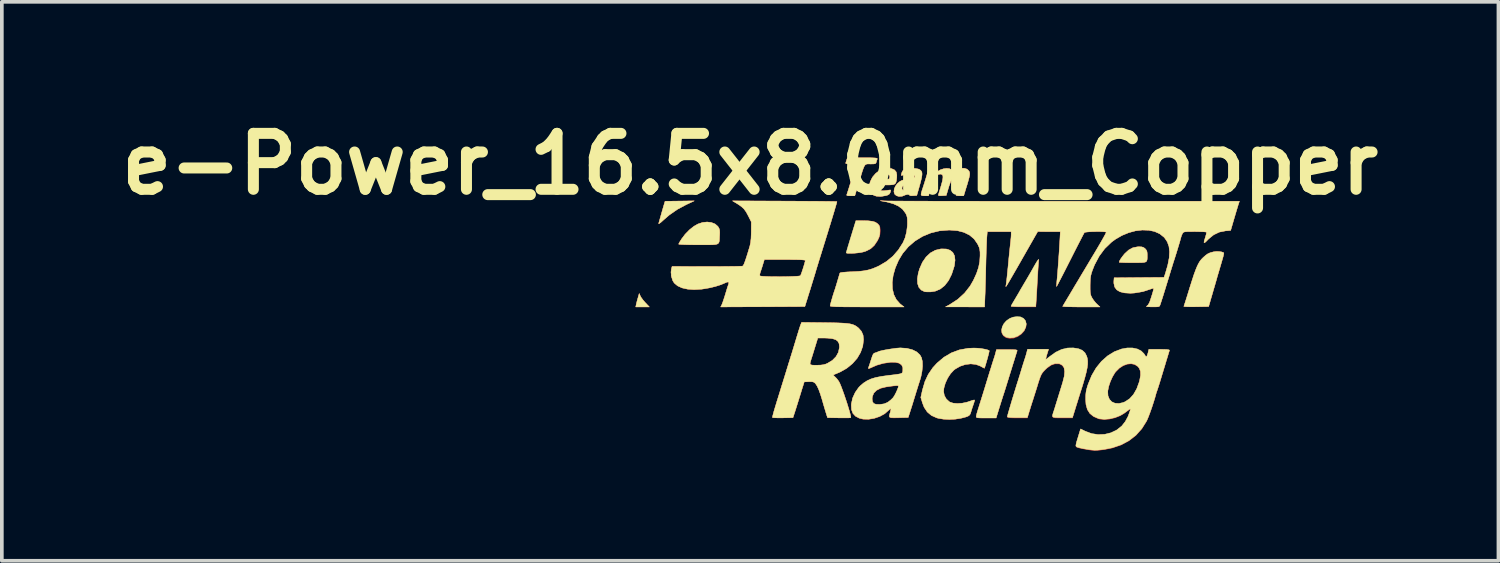
<source format=kicad_pcb>
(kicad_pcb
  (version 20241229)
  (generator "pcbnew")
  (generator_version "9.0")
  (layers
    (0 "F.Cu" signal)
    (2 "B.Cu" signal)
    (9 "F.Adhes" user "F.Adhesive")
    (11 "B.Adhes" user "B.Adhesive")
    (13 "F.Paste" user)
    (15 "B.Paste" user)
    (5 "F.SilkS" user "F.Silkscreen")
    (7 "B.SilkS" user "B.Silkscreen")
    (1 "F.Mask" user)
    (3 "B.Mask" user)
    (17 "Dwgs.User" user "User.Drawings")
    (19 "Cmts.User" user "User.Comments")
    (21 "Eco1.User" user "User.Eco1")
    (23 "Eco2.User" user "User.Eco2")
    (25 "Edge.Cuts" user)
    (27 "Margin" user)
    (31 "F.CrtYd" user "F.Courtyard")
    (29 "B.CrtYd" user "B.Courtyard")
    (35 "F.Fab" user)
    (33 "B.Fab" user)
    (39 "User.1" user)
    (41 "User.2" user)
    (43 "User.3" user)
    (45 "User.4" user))
  (footprint "e-Power_16.5x8.0mm_Copper"
    (layer "F.Cu")
    (at 22.468 5.228)
    (property "Reference" "e-Power_16.5x8.0mm_Copper" (at -5.08 -3.81 0) (layer "F.SilkS") (effects (font (size 1.524 1.524) (thickness 0.3))))
    (attr through_hole)
    (fp_poly (pts (xy -8.073 -0.215) (xy -8.045 -0.166) (xy -7.996 -0.101) (xy -7.938 -0.034) (xy -7.935 -0.031) (xy -7.826 0.085) (xy -8.197 0.085) (xy -8.184 0.02) (xy -8.171 -0.036) (xy -8.151 -0.113) (xy -8.136 -0.163) (xy -8.102 -0.282) (xy -8.073 -0.215)) (stroke (width 0.01) (type solid)) (fill yes) (layer "F.Cu"))
    (fp_poly (pts (xy -6.817 -2.705) (xy -7.062 -2.574) (xy -7.281 -2.422) (xy -7.449 -2.277) (xy -7.514 -2.218) (xy -7.556 -2.187) (xy -7.573 -2.184) (xy -7.572 -2.191) (xy -7.561 -2.229) (xy -7.542 -2.297) (xy -7.518 -2.382) (xy -7.506 -2.424) (xy -7.479 -2.52) (xy -7.452 -2.613) (xy -7.431 -2.686) (xy -7.425 -2.704) (xy -7.398 -2.795) (xy -7.001 -2.8) (xy -6.603 -2.805) (xy -6.817 -2.705)) (stroke (width 0.01) (type solid)) (fill yes) (layer "F.Cu"))
    (fp_poly (pts (xy 2.293 0.374) (xy 2.371 0.413) (xy 2.422 0.476) (xy 2.443 0.559) (xy 2.432 0.643) (xy 2.385 0.744) (xy 2.308 0.829) (xy 2.212 0.894) (xy 2.104 0.935) (xy 1.994 0.946) (xy 1.892 0.923) (xy 1.888 0.922) (xy 1.818 0.871) (xy 1.78 0.803) (xy 1.772 0.722) (xy 1.791 0.637) (xy 1.835 0.553) (xy 1.902 0.477) (xy 1.99 0.416) (xy 2.076 0.38) (xy 2.193 0.362) (xy 2.293 0.374)) (stroke (width 0.01) (type solid)) (fill yes) (layer "F.Cu"))
    (fp_poly (pts (xy 0.261 -1.494) (xy 0.367 -1.46) (xy 0.443 -1.398) (xy 0.489 -1.307) (xy 0.503 -1.19) (xy 0.485 -1.046) (xy 0.478 -1.015) (xy 0.411 -0.806) (xy 0.325 -0.635) (xy 0.222 -0.5) (xy 0.101 -0.404) (xy -0.037 -0.345) (xy -0.158 -0.326) (xy -0.234 -0.325) (xy -0.298 -0.327) (xy -0.328 -0.332) (xy -0.42 -0.377) (xy -0.484 -0.452) (xy -0.518 -0.554) (xy -0.523 -0.683) (xy -0.499 -0.834) (xy -0.463 -0.956) (xy -0.385 -1.133) (xy -0.286 -1.277) (xy -0.168 -1.387) (xy -0.032 -1.461) (xy 0.118 -1.496) (xy 0.125 -1.496) (xy 0.261 -1.494)) (stroke (width 0.01) (type solid)) (fill yes) (layer "F.Cu"))
    (fp_poly (pts (xy 5.584 -1.552) (xy 5.633 -1.539) (xy 5.672 -1.512) (xy 5.685 -1.5) (xy 5.718 -1.46) (xy 5.734 -1.416) (xy 5.739 -1.352) (xy 5.739 -1.323) (xy 5.739 -1.253) (xy 5.735 -1.201) (xy 5.724 -1.165) (xy 5.698 -1.142) (xy 5.652 -1.129) (xy 5.581 -1.123) (xy 5.478 -1.122) (xy 5.343 -1.122) (xy 5.223 -1.122) (xy 5.12 -1.124) (xy 5.04 -1.127) (xy 4.989 -1.13) (xy 4.974 -1.133) (xy 4.987 -1.173) (xy 5.022 -1.232) (xy 5.071 -1.3) (xy 5.126 -1.367) (xy 5.128 -1.369) (xy 5.236 -1.467) (xy 5.346 -1.527) (xy 5.466 -1.552) (xy 5.508 -1.554) (xy 5.584 -1.552)) (stroke (width 0.01) (type solid)) (fill yes) (layer "F.Cu"))
    (fp_poly (pts (xy -1.99 -2.265) (xy -1.852 -2.261) (xy -1.748 -2.249) (xy -1.67 -2.227) (xy -1.612 -2.192) (xy -1.586 -2.168) (xy -1.556 -2.129) (xy -1.541 -2.083) (xy -1.535 -2.016) (xy -1.535 -1.983) (xy -1.54 -1.898) (xy -1.557 -1.827) (xy -1.593 -1.747) (xy -1.608 -1.719) (xy -1.693 -1.592) (xy -1.795 -1.499) (xy -1.924 -1.435) (xy -1.986 -1.415) (xy -2.055 -1.4) (xy -2.139 -1.388) (xy -2.23 -1.38) (xy -2.316 -1.375) (xy -2.389 -1.375) (xy -2.439 -1.38) (xy -2.455 -1.39) (xy -2.449 -1.413) (xy -2.433 -1.471) (xy -2.407 -1.557) (xy -2.375 -1.665) (xy -2.338 -1.789) (xy -2.324 -1.834) (xy -2.192 -2.265) (xy -1.99 -2.265)) (stroke (width 0.01) (type solid)) (fill yes) (layer "F.Cu"))
    (fp_poly (pts (xy -6.135 -2.215) (xy -6.034 -2.175) (xy -5.959 -2.109) (xy -5.947 -2.091) (xy -5.924 -2.049) (xy -5.912 -2.004) (xy -5.909 -1.943) (xy -5.912 -1.854) (xy -5.913 -1.852) (xy -5.916 -1.779) (xy -5.919 -1.722) (xy -5.928 -1.679) (xy -5.946 -1.649) (xy -5.979 -1.628) (xy -6.031 -1.616) (xy -6.107 -1.61) (xy -6.212 -1.608) (xy -6.351 -1.608) (xy -6.49 -1.609) (xy -6.636 -1.609) (xy -6.766 -1.611) (xy -6.877 -1.614) (xy -6.96 -1.618) (xy -7.012 -1.622) (xy -7.027 -1.627) (xy -7.017 -1.652) (xy -6.988 -1.702) (xy -6.948 -1.766) (xy -6.946 -1.769) (xy -6.85 -1.896) (xy -6.735 -2.014) (xy -6.614 -2.111) (xy -6.504 -2.174) (xy -6.378 -2.216) (xy -6.252 -2.23) (xy -6.135 -2.215)) (stroke (width 0.01) (type solid)) (fill yes) (layer "F.Cu"))
    (fp_poly (pts (xy 2.787 -1.197) (xy 2.787 -1.196) (xy 2.783 -1.156) (xy 2.777 -1.081) (xy 2.769 -0.979) (xy 2.762 -0.857) (xy 2.754 -0.723) (xy 2.753 -0.699) (xy 2.745 -0.553) (xy 2.737 -0.41) (xy 2.729 -0.279) (xy 2.722 -0.169) (xy 2.718 -0.091) (xy 2.717 -0.09) (xy 2.706 0.085) (xy 2.369 0.085) (xy 2.255 0.084) (xy 2.157 0.082) (xy 2.083 0.078) (xy 2.04 0.074) (xy 2.032 0.071) (xy 2.042 0.047) (xy 2.069 -0.001) (xy 2.099 -0.051) (xy 2.251 -0.308) (xy 2.274 -0.349) (xy 2.294 -0.384) (xy 2.33 -0.446) (xy 2.377 -0.526) (xy 2.417 -0.593) (xy 2.478 -0.698) (xy 2.55 -0.822) (xy 2.622 -0.947) (xy 2.667 -1.027) (xy 2.721 -1.119) (xy 2.76 -1.179) (xy 2.782 -1.206) (xy 2.787 -1.197)) (stroke (width 0.01) (type solid)) (fill yes) (layer "F.Cu"))
    (fp_poly (pts (xy 7.695 -1.424) (xy 7.768 -1.414) (xy 7.818 -1.395) (xy 7.825 -1.39) (xy 7.827 -1.376) (xy 7.821 -1.343) (xy 7.808 -1.286) (xy 7.784 -1.201) (xy 7.75 -1.084) (xy 7.705 -0.931) (xy 7.678 -0.84) (xy 7.65 -0.746) (xy 7.634 -0.688) (xy 7.62 -0.638) (xy 7.602 -0.576) (xy 7.579 -0.496) (xy 7.549 -0.394) (xy 7.511 -0.263) (xy 7.463 -0.098) (xy 7.45 -0.053) (xy 7.413 0.074) (xy 7.071 0.08) (xy 6.956 0.081) (xy 6.86 0.08) (xy 6.787 0.077) (xy 6.745 0.073) (xy 6.737 0.069) (xy 6.746 0.045) (xy 6.765 -0.013) (xy 6.793 -0.101) (xy 6.828 -0.212) (xy 6.868 -0.341) (xy 6.9 -0.445) (xy 6.961 -0.637) (xy 7.012 -0.794) (xy 7.058 -0.92) (xy 7.099 -1.02) (xy 7.138 -1.1) (xy 7.177 -1.164) (xy 7.219 -1.216) (xy 7.266 -1.263) (xy 7.336 -1.325) (xy 7.393 -1.364) (xy 7.453 -1.391) (xy 7.532 -1.413) (xy 7.54 -1.415) (xy 7.614 -1.425) (xy 7.695 -1.424)) (stroke (width 0.01) (type solid)) (fill yes) (layer "F.Cu"))
    (fp_poly (pts (xy -1.875 -3.979) (xy -1.769 -3.978) (xy -1.696 -3.975) (xy -1.649 -3.971) (xy -1.624 -3.964) (xy -1.616 -3.955) (xy -1.617 -3.946) (xy -1.633 -3.898) (xy -1.643 -3.861) (xy -1.653 -3.834) (xy -1.672 -3.819) (xy -1.711 -3.812) (xy -1.78 -3.81) (xy -1.803 -3.81) (xy -1.852 -3.811) (xy -1.891 -3.81) (xy -1.921 -3.803) (xy -1.947 -3.784) (xy -1.97 -3.751) (xy -1.994 -3.697) (xy -2.022 -3.619) (xy -2.055 -3.511) (xy -2.098 -3.37) (xy -2.117 -3.307) (xy -2.229 -2.942) (xy -2.345 -2.942) (xy -2.41 -2.944) (xy -2.442 -2.951) (xy -2.449 -2.966) (xy -2.445 -2.979) (xy -2.433 -3.016) (xy -2.411 -3.084) (xy -2.382 -3.176) (xy -2.349 -3.283) (xy -2.315 -3.396) (xy -2.281 -3.507) (xy -2.251 -3.608) (xy -2.226 -3.691) (xy -2.211 -3.746) (xy -2.206 -3.762) (xy -2.204 -3.788) (xy -2.215 -3.802) (xy -2.248 -3.808) (xy -2.313 -3.81) (xy -2.336 -3.81) (xy -2.407 -3.812) (xy -2.458 -3.819) (xy -2.477 -3.828) (xy -2.47 -3.859) (xy -2.454 -3.909) (xy -2.453 -3.913) (xy -2.43 -3.979) (xy -2.017 -3.979) (xy -1.875 -3.979)) (stroke (width 0.01) (type solid)) (fill yes) (layer "F.Cu"))
    (fp_poly (pts (xy 2.033 1.249) (xy 2.112 1.251) (xy 2.161 1.255) (xy 2.186 1.262) (xy 2.195 1.273) (xy 2.193 1.286) (xy 2.162 1.383) (xy 2.123 1.509) (xy 2.078 1.653) (xy 2.032 1.802) (xy 1.987 1.946) (xy 1.948 2.073) (xy 1.944 2.085) (xy 1.91 2.195) (xy 1.878 2.298) (xy 1.851 2.383) (xy 1.833 2.44) (xy 1.831 2.445) (xy 1.814 2.496) (xy 1.788 2.578) (xy 1.756 2.679) (xy 1.721 2.791) (xy 1.712 2.82) (xy 1.622 3.111) (xy 1.351 3.111) (xy 1.239 3.111) (xy 1.163 3.109) (xy 1.116 3.105) (xy 1.091 3.097) (xy 1.081 3.084) (xy 1.079 3.072) (xy 1.086 3.033) (xy 1.103 2.967) (xy 1.127 2.888) (xy 1.131 2.876) (xy 1.151 2.813) (xy 1.181 2.718) (xy 1.219 2.596) (xy 1.263 2.455) (xy 1.31 2.303) (xy 1.354 2.159) (xy 1.4 2.008) (xy 1.444 1.865) (xy 1.484 1.739) (xy 1.516 1.634) (xy 1.541 1.557) (xy 1.555 1.514) (xy 1.555 1.513) (xy 1.581 1.434) (xy 1.605 1.35) (xy 1.608 1.339) (xy 1.631 1.249) (xy 1.918 1.249) (xy 2.033 1.249)) (stroke (width 0.01) (type solid)) (fill yes) (layer "F.Cu"))
    (fp_poly (pts (xy -1.226 -3.683) (xy -1.147 -3.648) (xy -1.1 -3.592) (xy -1.083 -3.511) (xy -1.085 -3.441) (xy -1.095 -3.357) (xy -1.11 -3.301) (xy -1.137 -3.266) (xy -1.183 -3.247) (xy -1.256 -3.24) (xy -1.363 -3.239) (xy -1.375 -3.239) (xy -1.471 -3.237) (xy -1.549 -3.232) (xy -1.602 -3.225) (xy -1.619 -3.218) (xy -1.62 -3.18) (xy -1.594 -3.136) (xy -1.551 -3.099) (xy -1.531 -3.089) (xy -1.462 -3.079) (xy -1.368 -3.088) (xy -1.305 -3.098) (xy -1.263 -3.102) (xy -1.252 -3.1) (xy -1.252 -3.077) (xy -1.264 -3.033) (xy -1.288 -2.991) (xy -1.332 -2.964) (xy -1.377 -2.949) (xy -1.521 -2.925) (xy -1.644 -2.934) (xy -1.714 -2.958) (xy -1.791 -3.017) (xy -1.833 -3.099) (xy -1.838 -3.202) (xy -1.809 -3.324) (xy -1.773 -3.398) (xy -1.566 -3.398) (xy -1.547 -3.392) (xy -1.497 -3.388) (xy -1.431 -3.387) (xy -1.352 -3.389) (xy -1.307 -3.398) (xy -1.285 -3.416) (xy -1.282 -3.421) (xy -1.276 -3.481) (xy -1.303 -3.525) (xy -1.354 -3.547) (xy -1.421 -3.541) (xy -1.44 -3.535) (xy -1.488 -3.504) (xy -1.533 -3.46) (xy -1.562 -3.416) (xy -1.566 -3.398) (xy -1.773 -3.398) (xy -1.746 -3.451) (xy -1.658 -3.555) (xy -1.551 -3.634) (xy -1.432 -3.682) (xy -1.309 -3.695) (xy -1.226 -3.683)) (stroke (width 0.01) (type solid)) (fill yes) (layer "F.Cu"))
    (fp_poly (pts (xy -0.572 -3.687) (xy -0.494 -3.672) (xy -0.462 -3.658) (xy -0.43 -3.633) (xy -0.408 -3.604) (xy -0.397 -3.566) (xy -0.397 -3.513) (xy -0.408 -3.44) (xy -0.431 -3.341) (xy -0.466 -3.211) (xy -0.5 -3.09) (xy -0.54 -2.953) (xy -0.641 -2.946) (xy -0.702 -2.945) (xy -0.732 -2.952) (xy -0.741 -2.973) (xy -0.741 -2.98) (xy -0.743 -3.003) (xy -0.757 -3.008) (xy -0.792 -2.995) (xy -0.84 -2.971) (xy -0.941 -2.931) (xy -1.028 -2.926) (xy -1.095 -2.947) (xy -1.143 -2.99) (xy -1.162 -3.053) (xy -1.154 -3.126) (xy -1.144 -3.152) (xy -0.946 -3.152) (xy -0.931 -3.108) (xy -0.92 -3.098) (xy -0.867 -3.081) (xy -0.801 -3.09) (xy -0.745 -3.118) (xy -0.714 -3.155) (xy -0.682 -3.208) (xy -0.66 -3.259) (xy -0.656 -3.28) (xy -0.674 -3.292) (xy -0.719 -3.292) (xy -0.778 -3.283) (xy -0.837 -3.267) (xy -0.882 -3.247) (xy -0.929 -3.203) (xy -0.946 -3.152) (xy -1.144 -3.152) (xy -1.123 -3.203) (xy -1.071 -3.275) (xy -1.001 -3.333) (xy -0.957 -3.356) (xy -0.895 -3.376) (xy -0.811 -3.393) (xy -0.743 -3.403) (xy -0.653 -3.419) (xy -0.603 -3.443) (xy -0.594 -3.476) (xy -0.623 -3.519) (xy -0.625 -3.522) (xy -0.684 -3.551) (xy -0.771 -3.55) (xy -0.868 -3.524) (xy -0.923 -3.506) (xy -0.958 -3.497) (xy -0.963 -3.498) (xy -0.961 -3.519) (xy -0.95 -3.565) (xy -0.949 -3.57) (xy -0.924 -3.623) (xy -0.875 -3.655) (xy -0.855 -3.663) (xy -0.766 -3.683) (xy -0.667 -3.691) (xy -0.572 -3.687)) (stroke (width 0.01) (type solid)) (fill yes) (layer "F.Cu"))
    (fp_poly (pts (xy 1.113 1.211) (xy 1.213 1.222) (xy 1.307 1.237) (xy 1.382 1.255) (xy 1.429 1.275) (xy 1.434 1.279) (xy 1.432 1.301) (xy 1.421 1.354) (xy 1.402 1.427) (xy 1.379 1.51) (xy 1.355 1.595) (xy 1.333 1.67) (xy 1.314 1.727) (xy 1.303 1.755) (xy 1.301 1.757) (xy 1.282 1.747) (xy 1.237 1.723) (xy 1.193 1.699) (xy 1.069 1.652) (xy 0.93 1.638) (xy 0.784 1.655) (xy 0.64 1.703) (xy 0.507 1.78) (xy 0.47 1.809) (xy 0.38 1.906) (xy 0.3 2.028) (xy 0.238 2.163) (xy 0.2 2.297) (xy 0.191 2.389) (xy 0.21 2.498) (xy 0.265 2.596) (xy 0.347 2.671) (xy 0.366 2.682) (xy 0.453 2.71) (xy 0.565 2.719) (xy 0.691 2.711) (xy 0.819 2.686) (xy 0.894 2.661) (xy 0.963 2.636) (xy 1.014 2.623) (xy 1.037 2.624) (xy 1.037 2.625) (xy 1.031 2.654) (xy 1.014 2.709) (xy 0.998 2.756) (xy 0.97 2.839) (xy 0.944 2.922) (xy 0.934 2.956) (xy 0.918 3.003) (xy 0.893 3.038) (xy 0.853 3.064) (xy 0.79 3.088) (xy 0.695 3.112) (xy 0.656 3.121) (xy 0.508 3.145) (xy 0.346 3.152) (xy 0.186 3.144) (xy 0.044 3.12) (xy 0.003 3.109) (xy -0.14 3.044) (xy -0.253 2.949) (xy -0.338 2.823) (xy -0.383 2.707) (xy -0.43 2.553) (xy -0.385 2.35) (xy -0.319 2.124) (xy -0.227 1.925) (xy -0.105 1.746) (xy 0.01 1.619) (xy 0.198 1.46) (xy 0.402 1.339) (xy 0.622 1.257) (xy 0.86 1.214) (xy 1.016 1.207) (xy 1.113 1.211)) (stroke (width 0.01) (type solid)) (fill yes) (layer "F.Cu"))
    (fp_poly (pts (xy 0.758 -3.693) (xy 0.831 -3.669) (xy 0.881 -3.62) (xy 0.886 -3.612) (xy 0.897 -3.582) (xy 0.902 -3.549) (xy 0.899 -3.506) (xy 0.888 -3.447) (xy 0.866 -3.365) (xy 0.834 -3.254) (xy 0.801 -3.149) (xy 0.738 -2.942) (xy 0.633 -2.942) (xy 0.574 -2.945) (xy 0.536 -2.953) (xy 0.529 -2.959) (xy 0.535 -2.985) (xy 0.551 -3.042) (xy 0.575 -3.121) (xy 0.592 -3.176) (xy 0.63 -3.303) (xy 0.65 -3.397) (xy 0.654 -3.461) (xy 0.642 -3.502) (xy 0.613 -3.523) (xy 0.603 -3.526) (xy 0.543 -3.528) (xy 0.489 -3.5) (xy 0.438 -3.44) (xy 0.389 -3.345) (xy 0.34 -3.211) (xy 0.313 -3.122) (xy 0.263 -2.953) (xy 0.15 -2.946) (xy 0.083 -2.945) (xy 0.051 -2.952) (xy 0.047 -2.967) (xy 0.057 -2.998) (xy 0.076 -3.06) (xy 0.101 -3.143) (xy 0.125 -3.223) (xy 0.158 -3.344) (xy 0.173 -3.431) (xy 0.172 -3.488) (xy 0.152 -3.521) (xy 0.114 -3.534) (xy 0.097 -3.535) (xy 0.043 -3.526) (xy -0.004 -3.496) (xy -0.046 -3.441) (xy -0.086 -3.355) (xy -0.129 -3.233) (xy -0.142 -3.195) (xy -0.22 -2.942) (xy -0.321 -2.942) (xy -0.384 -2.945) (xy -0.415 -2.956) (xy -0.423 -2.978) (xy -0.423 -2.98) (xy -0.417 -3.02) (xy -0.399 -3.083) (xy -0.381 -3.137) (xy -0.355 -3.217) (xy -0.323 -3.317) (xy -0.292 -3.419) (xy -0.288 -3.433) (xy -0.257 -3.537) (xy -0.235 -3.607) (xy -0.215 -3.651) (xy -0.193 -3.673) (xy -0.165 -3.682) (xy -0.125 -3.683) (xy -0.101 -3.683) (xy -0.039 -3.682) (xy -0.01 -3.674) (xy -0.004 -3.655) (xy -0.01 -3.627) (xy -0.017 -3.588) (xy -0.007 -3.584) (xy 0.025 -3.606) (xy 0.106 -3.652) (xy 0.193 -3.68) (xy 0.276 -3.69) (xy 0.348 -3.683) (xy 0.4 -3.658) (xy 0.423 -3.615) (xy 0.423 -3.606) (xy 0.436 -3.58) (xy 0.469 -3.586) (xy 0.513 -3.62) (xy 0.588 -3.669) (xy 0.673 -3.693) (xy 0.758 -3.693)) (stroke (width 0.01) (type solid)) (fill yes) (layer "F.Cu"))
    (fp_poly (pts (xy 3.863 1.232) (xy 3.967 1.275) (xy 4.042 1.343) (xy 4.091 1.438) (xy 4.107 1.496) (xy 4.116 1.569) (xy 4.115 1.654) (xy 4.102 1.756) (xy 4.076 1.88) (xy 4.036 2.032) (xy 3.982 2.215) (xy 3.96 2.286) (xy 3.916 2.424) (xy 3.87 2.57) (xy 3.827 2.71) (xy 3.789 2.83) (xy 3.776 2.873) (xy 3.702 3.111) (xy 3.428 3.111) (xy 3.311 3.111) (xy 3.232 3.109) (xy 3.183 3.1) (xy 3.161 3.082) (xy 3.158 3.051) (xy 3.17 3.005) (xy 3.184 2.962) (xy 3.2 2.914) (xy 3.222 2.844) (xy 3.251 2.749) (xy 3.289 2.626) (xy 3.337 2.471) (xy 3.396 2.281) (xy 3.438 2.142) (xy 3.479 1.98) (xy 3.49 1.85) (xy 3.473 1.75) (xy 3.426 1.681) (xy 3.352 1.643) (xy 3.336 1.639) (xy 3.228 1.638) (xy 3.121 1.674) (xy 3.013 1.75) (xy 2.965 1.796) (xy 2.92 1.842) (xy 2.886 1.882) (xy 2.859 1.924) (xy 2.834 1.976) (xy 2.808 2.046) (xy 2.776 2.141) (xy 2.745 2.244) (xy 2.708 2.362) (xy 2.673 2.473) (xy 2.643 2.566) (xy 2.622 2.634) (xy 2.614 2.656) (xy 2.595 2.716) (xy 2.568 2.801) (xy 2.539 2.896) (xy 2.529 2.926) (xy 2.473 3.111) (xy 2.199 3.111) (xy 2.077 3.11) (xy 1.993 3.106) (xy 1.944 3.099) (xy 1.926 3.088) (xy 1.926 3.086) (xy 1.932 3.06) (xy 1.948 3.001) (xy 1.973 2.913) (xy 2.005 2.805) (xy 2.041 2.683) (xy 2.08 2.554) (xy 2.12 2.423) (xy 2.158 2.298) (xy 2.193 2.185) (xy 2.222 2.095) (xy 2.245 2.02) (xy 2.276 1.922) (xy 2.307 1.819) (xy 2.316 1.789) (xy 2.345 1.693) (xy 2.374 1.602) (xy 2.396 1.532) (xy 2.403 1.513) (xy 2.428 1.434) (xy 2.452 1.35) (xy 2.455 1.339) (xy 2.478 1.249) (xy 3.051 1.249) (xy 3.035 1.296) (xy 3 1.41) (xy 2.98 1.484) (xy 2.974 1.52) (xy 2.976 1.524) (xy 2.997 1.512) (xy 3.041 1.479) (xy 3.087 1.443) (xy 3.248 1.328) (xy 3.407 1.252) (xy 3.568 1.214) (xy 3.724 1.211) (xy 3.863 1.232)) (stroke (width 0.01) (type solid)) (fill yes) (layer "F.Cu"))
    (fp_poly (pts (xy -0.807 1.219) (xy -0.66 1.256) (xy -0.541 1.316) (xy -0.454 1.396) (xy -0.411 1.474) (xy -0.388 1.574) (xy -0.384 1.701) (xy -0.398 1.846) (xy -0.428 1.997) (xy -0.454 2.085) (xy -0.487 2.188) (xy -0.516 2.279) (xy -0.545 2.372) (xy -0.578 2.479) (xy -0.619 2.612) (xy -0.626 2.635) (xy -0.658 2.74) (xy -0.693 2.85) (xy -0.723 2.944) (xy -0.729 2.963) (xy -0.774 3.101) (xy -1.033 3.107) (xy -1.146 3.109) (xy -1.222 3.108) (xy -1.267 3.1) (xy -1.286 3.08) (xy -1.286 3.045) (xy -1.272 2.992) (xy -1.261 2.956) (xy -1.245 2.89) (xy -1.248 2.862) (xy -1.271 2.87) (xy -1.304 2.902) (xy -1.413 2.997) (xy -1.548 3.072) (xy -1.697 3.123) (xy -1.851 3.149) (xy -1.998 3.146) (xy -2.105 3.12) (xy -2.209 3.066) (xy -2.279 2.99) (xy -2.317 2.89) (xy -2.324 2.762) (xy -2.321 2.725) (xy -2.292 2.597) (xy -1.757 2.597) (xy -1.747 2.671) (xy -1.714 2.719) (xy -1.653 2.743) (xy -1.559 2.747) (xy -1.533 2.745) (xy -1.427 2.729) (xy -1.341 2.693) (xy -1.317 2.678) (xy -1.251 2.627) (xy -1.191 2.569) (xy -1.176 2.55) (xy -1.143 2.498) (xy -1.106 2.427) (xy -1.072 2.352) (xy -1.047 2.286) (xy -1.037 2.243) (xy -1.037 2.243) (xy -1.051 2.234) (xy -1.095 2.232) (xy -1.173 2.239) (xy -1.286 2.254) (xy -1.374 2.267) (xy -1.524 2.304) (xy -1.636 2.36) (xy -1.712 2.437) (xy -1.751 2.534) (xy -1.757 2.597) (xy -2.292 2.597) (xy -2.286 2.571) (xy -2.217 2.419) (xy -2.123 2.286) (xy -2.078 2.238) (xy -1.987 2.161) (xy -1.892 2.1) (xy -1.787 2.052) (xy -1.664 2.014) (xy -1.514 1.984) (xy -1.33 1.958) (xy -1.323 1.957) (xy -1.186 1.941) (xy -1.086 1.928) (xy -1.016 1.917) (xy -0.971 1.905) (xy -0.944 1.892) (xy -0.93 1.875) (xy -0.923 1.852) (xy -0.92 1.834) (xy -0.919 1.741) (xy -0.953 1.669) (xy -1.021 1.621) (xy -1.122 1.596) (xy -1.254 1.596) (xy -1.259 1.596) (xy -1.455 1.625) (xy -1.629 1.676) (xy -1.735 1.721) (xy -1.797 1.749) (xy -1.841 1.766) (xy -1.857 1.769) (xy -1.856 1.747) (xy -1.844 1.712) (xy -1.828 1.667) (xy -1.805 1.596) (xy -1.779 1.514) (xy -1.777 1.508) (xy -1.75 1.427) (xy -1.728 1.378) (xy -1.704 1.352) (xy -1.675 1.341) (xy -1.625 1.325) (xy -1.598 1.312) (xy -1.562 1.298) (xy -1.493 1.28) (xy -1.402 1.261) (xy -1.298 1.243) (xy -1.192 1.227) (xy -1.093 1.214) (xy -1.01 1.207) (xy -0.979 1.206) (xy -0.807 1.219)) (stroke (width 0.01) (type solid)) (fill yes) (layer "F.Cu"))
    (fp_poly (pts (xy -4.141 -2.799) (xy -3.9 -2.798) (xy -3.672 -2.796) (xy -3.46 -2.795) (xy -3.267 -2.794) (xy -3.098 -2.792) (xy -2.955 -2.791) (xy -2.842 -2.789) (xy -2.763 -2.788) (xy -2.721 -2.786) (xy -2.715 -2.786) (xy -2.719 -2.764) (xy -2.735 -2.707) (xy -2.761 -2.619) (xy -2.795 -2.503) (xy -2.837 -2.365) (xy -2.884 -2.209) (xy -2.937 -2.039) (xy -2.943 -2.019) (xy -2.998 -1.841) (xy -3.051 -1.67) (xy -3.1 -1.513) (xy -3.143 -1.373) (xy -3.179 -1.258) (xy -3.206 -1.172) (xy -3.221 -1.122) (xy -3.251 -1.025) (xy -3.283 -0.92) (xy -3.301 -0.857) (xy -3.324 -0.782) (xy -3.357 -0.674) (xy -3.398 -0.541) (xy -3.444 -0.391) (xy -3.494 -0.233) (xy -3.543 -0.073) (xy -3.55 -0.053) (xy -3.589 0.074) (xy -4.736 0.08) (xy -5.883 0.085) (xy -5.853 0.027) (xy -5.835 -0.018) (xy -5.809 -0.091) (xy -5.779 -0.183) (xy -5.757 -0.254) (xy -5.728 -0.35) (xy -5.702 -0.435) (xy -5.681 -0.499) (xy -5.671 -0.525) (xy -5.659 -0.576) (xy -5.676 -0.597) (xy -5.723 -0.588) (xy -5.753 -0.574) (xy -5.875 -0.522) (xy -6.026 -0.474) (xy -6.192 -0.434) (xy -6.361 -0.405) (xy -6.41 -0.399) (xy -6.608 -0.388) (xy -6.783 -0.4) (xy -6.934 -0.434) (xy -7.055 -0.489) (xy -7.145 -0.564) (xy -7.186 -0.627) (xy -7.224 -0.742) (xy -7.227 -0.773) (xy -4.819 -0.773) (xy -4.816 -0.764) (xy -4.791 -0.756) (xy -4.73 -0.749) (xy -4.641 -0.745) (xy -4.531 -0.741) (xy -4.406 -0.74) (xy -4.274 -0.739) (xy -4.141 -0.74) (xy -4.014 -0.743) (xy -3.901 -0.747) (xy -3.808 -0.752) (xy -3.742 -0.758) (xy -3.711 -0.766) (xy -3.71 -0.767) (xy -3.695 -0.798) (xy -3.673 -0.858) (xy -3.647 -0.935) (xy -3.621 -1.018) (xy -3.598 -1.095) (xy -3.582 -1.155) (xy -3.577 -1.183) (xy -3.593 -1.191) (xy -3.641 -1.197) (xy -3.725 -1.202) (xy -3.845 -1.205) (xy -4.004 -1.206) (xy -4.135 -1.206) (xy -4.693 -1.206) (xy -4.73 -1.085) (xy -4.756 -1) (xy -4.784 -0.915) (xy -4.798 -0.875) (xy -4.815 -0.816) (xy -4.819 -0.773) (xy -7.227 -0.773) (xy -7.236 -0.862) (xy -7.225 -0.948) (xy -7.207 -1.018) (xy -6.263 -1.016) (xy -6.066 -1.016) (xy -5.881 -1.017) (xy -5.714 -1.018) (xy -5.568 -1.02) (xy -5.447 -1.021) (xy -5.357 -1.024) (xy -5.301 -1.026) (xy -5.285 -1.028) (xy -5.268 -1.045) (xy -5.246 -1.086) (xy -5.22 -1.154) (xy -5.186 -1.253) (xy -5.144 -1.386) (xy -5.093 -1.556) (xy -5.087 -1.577) (xy -5.067 -1.669) (xy -5.055 -1.784) (xy -5.05 -1.931) (xy -5.049 -1.968) (xy -5.048 -2.233) (xy -5.129 -2.394) (xy -5.188 -2.503) (xy -5.246 -2.583) (xy -5.316 -2.649) (xy -5.408 -2.713) (xy -5.442 -2.734) (xy -5.56 -2.805) (xy -4.141 -2.799)) (stroke (width 0.01) (type solid)) (fill yes) (layer "F.Cu"))
    (fp_poly (pts (xy 5.341 1.21) (xy 5.469 1.238) (xy 5.574 1.291) (xy 5.651 1.367) (xy 5.66 1.381) (xy 5.692 1.431) (xy 5.711 1.447) (xy 5.726 1.436) (xy 5.732 1.426) (xy 5.751 1.377) (xy 5.767 1.318) (xy 5.782 1.249) (xy 6.068 1.249) (xy 6.188 1.25) (xy 6.271 1.253) (xy 6.321 1.258) (xy 6.343 1.267) (xy 6.345 1.275) (xy 6.336 1.302) (xy 6.317 1.364) (xy 6.29 1.454) (xy 6.255 1.568) (xy 6.216 1.699) (xy 6.182 1.81) (xy 6.139 1.951) (xy 6.1 2.081) (xy 6.065 2.193) (xy 6.037 2.281) (xy 6.018 2.34) (xy 6.011 2.36) (xy 5.991 2.415) (xy 5.979 2.455) (xy 5.947 2.571) (xy 5.906 2.702) (xy 5.862 2.837) (xy 5.816 2.967) (xy 5.773 3.081) (xy 5.736 3.169) (xy 5.722 3.199) (xy 5.591 3.408) (xy 5.432 3.586) (xy 5.244 3.732) (xy 5.03 3.847) (xy 4.789 3.929) (xy 4.595 3.969) (xy 4.475 3.985) (xy 4.383 3.995) (xy 4.303 3.996) (xy 4.221 3.99) (xy 4.123 3.976) (xy 4.073 3.967) (xy 3.984 3.951) (xy 3.905 3.934) (xy 3.85 3.919) (xy 3.843 3.916) (xy 3.818 3.906) (xy 3.802 3.893) (xy 3.795 3.871) (xy 3.8 3.834) (xy 3.814 3.774) (xy 3.841 3.685) (xy 3.868 3.597) (xy 3.923 3.415) (xy 4.046 3.476) (xy 4.219 3.542) (xy 4.399 3.57) (xy 4.578 3.563) (xy 4.749 3.521) (xy 4.906 3.446) (xy 5.043 3.338) (xy 5.049 3.332) (xy 5.142 3.213) (xy 5.219 3.069) (xy 5.267 2.935) (xy 5.278 2.896) (xy 5.282 2.874) (xy 5.273 2.871) (xy 5.245 2.887) (xy 5.194 2.925) (xy 5.123 2.979) (xy 5.002 3.051) (xy 4.862 3.107) (xy 4.713 3.142) (xy 4.569 3.154) (xy 4.44 3.141) (xy 4.41 3.133) (xy 4.277 3.074) (xy 4.177 2.993) (xy 4.109 2.886) (xy 4.071 2.751) (xy 4.062 2.615) (xy 4.063 2.508) (xy 4.07 2.425) (xy 4.076 2.391) (xy 4.664 2.391) (xy 4.67 2.512) (xy 4.709 2.608) (xy 4.774 2.678) (xy 4.863 2.717) (xy 4.97 2.723) (xy 5.09 2.695) (xy 5.134 2.676) (xy 5.259 2.593) (xy 5.366 2.474) (xy 5.454 2.32) (xy 5.522 2.132) (xy 5.535 2.08) (xy 5.558 1.951) (xy 5.555 1.848) (xy 5.526 1.766) (xy 5.484 1.713) (xy 5.401 1.658) (xy 5.302 1.636) (xy 5.194 1.647) (xy 5.083 1.689) (xy 4.977 1.758) (xy 4.881 1.855) (xy 4.86 1.882) (xy 4.793 1.992) (xy 4.734 2.123) (xy 4.689 2.257) (xy 4.665 2.378) (xy 4.664 2.391) (xy 4.076 2.391) (xy 4.084 2.349) (xy 4.108 2.261) (xy 4.131 2.192) (xy 4.226 1.96) (xy 4.347 1.753) (xy 4.492 1.574) (xy 4.658 1.426) (xy 4.84 1.313) (xy 5.038 1.238) (xy 5.044 1.236) (xy 5.197 1.209) (xy 5.341 1.21)) (stroke (width 0.01) (type solid)) (fill yes) (layer "F.Cu"))
    (fp_poly (pts (xy -3.05 0.513) (xy -2.846 0.516) (xy -2.68 0.52) (xy -2.545 0.526) (xy -2.438 0.535) (xy -2.354 0.547) (xy -2.286 0.564) (xy -2.232 0.586) (xy -2.184 0.614) (xy -2.139 0.649) (xy -2.124 0.662) (xy -2.046 0.75) (xy -2.003 0.851) (xy -1.99 0.975) (xy -2.01 1.152) (xy -2.07 1.322) (xy -2.164 1.483) (xy -2.29 1.628) (xy -2.445 1.754) (xy -2.624 1.856) (xy -2.692 1.885) (xy -2.755 1.911) (xy -2.799 1.931) (xy -2.813 1.938) (xy -2.804 1.955) (xy -2.771 1.986) (xy -2.765 1.991) (xy -2.72 2.037) (xy -2.672 2.1) (xy -2.656 2.125) (xy -2.631 2.177) (xy -2.598 2.256) (xy -2.561 2.356) (xy -2.52 2.47) (xy -2.479 2.591) (xy -2.439 2.712) (xy -2.403 2.829) (xy -2.372 2.932) (xy -2.349 3.017) (xy -2.337 3.076) (xy -2.336 3.102) (xy -2.337 3.103) (xy -2.366 3.106) (xy -2.43 3.108) (xy -2.518 3.108) (xy -2.625 3.108) (xy -2.666 3.107) (xy -2.97 3.101) (xy -3.007 2.985) (xy -3.029 2.915) (xy -3.058 2.819) (xy -3.089 2.711) (xy -3.111 2.635) (xy -3.162 2.468) (xy -3.208 2.339) (xy -3.252 2.244) (xy -3.294 2.178) (xy -3.313 2.158) (xy -3.35 2.132) (xy -3.396 2.121) (xy -3.466 2.12) (xy -3.483 2.121) (xy -3.606 2.127) (xy -3.632 2.212) (xy -3.648 2.264) (xy -3.674 2.345) (xy -3.705 2.447) (xy -3.739 2.558) (xy -3.747 2.582) (xy -3.783 2.698) (xy -3.818 2.81) (xy -3.848 2.907) (xy -3.871 2.976) (xy -3.874 2.985) (xy -3.912 3.101) (xy -4.187 3.107) (xy -4.291 3.108) (xy -4.378 3.106) (xy -4.441 3.103) (xy -4.471 3.097) (xy -4.472 3.096) (xy -4.469 3.072) (xy -4.454 3.014) (xy -4.431 2.928) (xy -4.399 2.821) (xy -4.362 2.699) (xy -4.356 2.678) (xy -4.31 2.531) (xy -4.262 2.376) (xy -4.216 2.226) (xy -4.175 2.094) (xy -4.149 2.011) (xy -4.109 1.882) (xy -4.063 1.732) (xy -4.033 1.635) (xy -3.447 1.635) (xy -3.431 1.659) (xy -3.388 1.67) (xy -3.311 1.672) (xy -3.265 1.672) (xy -3.161 1.669) (xy -3.084 1.66) (xy -3.018 1.641) (xy -2.972 1.621) (xy -2.839 1.541) (xy -2.739 1.439) (xy -2.673 1.321) (xy -2.646 1.19) (xy -2.646 1.167) (xy -2.656 1.083) (xy -2.69 1.02) (xy -2.75 0.975) (xy -2.842 0.947) (xy -2.968 0.934) (xy -3.063 0.931) (xy -3.236 0.931) (xy -3.313 1.18) (xy -3.345 1.287) (xy -3.377 1.388) (xy -3.403 1.472) (xy -3.42 1.522) (xy -3.441 1.592) (xy -3.447 1.635) (xy -4.033 1.635) (xy -4.016 1.581) (xy -3.979 1.46) (xy -3.936 1.323) (xy -3.889 1.168) (xy -3.842 1.015) (xy -3.808 0.9) (xy -3.775 0.793) (xy -3.745 0.695) (xy -3.72 0.618) (xy -3.703 0.57) (xy -3.701 0.565) (xy -3.677 0.506) (xy -3.05 0.513)) (stroke (width 0.01) (type solid)) (fill yes) (layer "F.Cu"))
    (fp_poly (pts (xy -1.472 -2.807) (xy -1.41 -2.804) (xy -1.373 -2.803) (xy -1.296 -2.802) (xy -1.18 -2.801) (xy -1.028 -2.8) (xy -0.842 -2.799) (xy -0.624 -2.799) (xy -0.374 -2.798) (xy -0.097 -2.797) (xy 0.207 -2.797) (xy 0.536 -2.796) (xy 0.887 -2.796) (xy 1.258 -2.795) (xy 1.649 -2.795) (xy 2.055 -2.794) (xy 2.477 -2.794) (xy 2.911 -2.794) (xy 3.355 -2.794) (xy 3.504 -2.794) (xy 8.251 -2.794) (xy 8.231 -2.736) (xy 8.218 -2.696) (xy 8.196 -2.624) (xy 8.167 -2.528) (xy 8.134 -2.416) (xy 8.111 -2.339) (xy 8.012 -2) (xy 7.871 -1.988) (xy 7.702 -1.954) (xy 7.548 -1.88) (xy 7.408 -1.766) (xy 7.39 -1.747) (xy 7.333 -1.689) (xy 7.299 -1.663) (xy 7.286 -1.67) (xy 7.292 -1.714) (xy 7.317 -1.794) (xy 7.322 -1.811) (xy 7.342 -1.879) (xy 7.353 -1.93) (xy 7.353 -1.952) (xy 7.329 -1.958) (xy 7.271 -1.963) (xy 7.186 -1.966) (xy 7.082 -1.968) (xy 7.037 -1.969) (xy 6.918 -1.968) (xy 6.833 -1.967) (xy 6.777 -1.963) (xy 6.742 -1.956) (xy 6.721 -1.944) (xy 6.706 -1.927) (xy 6.702 -1.921) (xy 6.675 -1.864) (xy 6.658 -1.81) (xy 6.647 -1.769) (xy 6.627 -1.697) (xy 6.599 -1.604) (xy 6.567 -1.498) (xy 6.534 -1.39) (xy 6.502 -1.288) (xy 6.475 -1.203) (xy 6.455 -1.143) (xy 6.442 -1.101) (xy 6.42 -1.03) (xy 6.392 -0.94) (xy 6.37 -0.868) (xy 6.329 -0.732) (xy 6.285 -0.589) (xy 6.241 -0.446) (xy 6.199 -0.31) (xy 6.161 -0.188) (xy 6.128 -0.086) (xy 6.104 -0.012) (xy 6.091 0.026) (xy 6.08 0.054) (xy 6.063 0.071) (xy 6.034 0.08) (xy 5.981 0.083) (xy 5.898 0.083) (xy 5.876 0.083) (xy 5.786 0.082) (xy 5.734 0.078) (xy 5.716 0.071) (xy 5.727 0.061) (xy 5.729 0.06) (xy 5.764 0.027) (xy 5.797 -0.029) (xy 5.806 -0.05) (xy 5.841 -0.153) (xy 5.872 -0.25) (xy 5.896 -0.332) (xy 5.911 -0.392) (xy 5.914 -0.421) (xy 5.913 -0.422) (xy 5.89 -0.422) (xy 5.844 -0.407) (xy 5.836 -0.404) (xy 5.619 -0.333) (xy 5.393 -0.295) (xy 5.281 -0.289) (xy 5.121 -0.298) (xy 4.997 -0.329) (xy 4.908 -0.382) (xy 4.852 -0.459) (xy 4.83 -0.56) (xy 4.83 -0.621) (xy 4.837 -0.709) (xy 5.517 -0.715) (xy 6.197 -0.72) (xy 6.234 -0.831) (xy 6.299 -1.056) (xy 6.337 -1.251) (xy 6.347 -1.419) (xy 6.331 -1.564) (xy 6.286 -1.689) (xy 6.214 -1.796) (xy 6.195 -1.817) (xy 6.079 -1.909) (xy 5.938 -1.972) (xy 5.778 -2.005) (xy 5.604 -2.011) (xy 5.421 -1.989) (xy 5.235 -1.939) (xy 5.051 -1.863) (xy 4.874 -1.761) (xy 4.763 -1.679) (xy 4.582 -1.505) (xy 4.429 -1.298) (xy 4.303 -1.06) (xy 4.248 -0.922) (xy 4.219 -0.838) (xy 4.201 -0.766) (xy 4.19 -0.69) (xy 4.185 -0.597) (xy 4.183 -0.508) (xy 4.183 -0.399) (xy 4.186 -0.322) (xy 4.193 -0.266) (xy 4.207 -0.22) (xy 4.228 -0.175) (xy 4.231 -0.169) (xy 4.278 -0.096) (xy 4.34 -0.022) (xy 4.367 0.005) (xy 4.452 0.085) (xy 3.939 0.085) (xy 3.798 0.084) (xy 3.672 0.082) (xy 3.567 0.08) (xy 3.49 0.076) (xy 3.445 0.072) (xy 3.435 0.069) (xy 3.452 0.041) (xy 3.487 -0.019) (xy 3.539 -0.106) (xy 3.605 -0.216) (xy 3.681 -0.344) (xy 3.765 -0.486) (xy 3.856 -0.637) (xy 3.948 -0.792) (xy 4.042 -0.948) (xy 4.132 -1.099) (xy 4.217 -1.242) (xy 4.295 -1.371) (xy 4.31 -1.396) (xy 4.391 -1.532) (xy 4.464 -1.657) (xy 4.526 -1.766) (xy 4.575 -1.854) (xy 4.608 -1.916) (xy 4.622 -1.948) (xy 4.622 -1.952) (xy 4.597 -1.96) (xy 4.538 -1.966) (xy 4.457 -1.969) (xy 4.362 -1.969) (xy 4.264 -1.968) (xy 4.172 -1.963) (xy 4.095 -1.957) (xy 4.043 -1.949) (xy 4.027 -1.942) (xy 4.013 -1.918) (xy 3.982 -1.86) (xy 3.937 -1.773) (xy 3.879 -1.661) (xy 3.811 -1.528) (xy 3.735 -1.379) (xy 3.654 -1.218) (xy 3.64 -1.191) (xy 3.558 -1.029) (xy 3.483 -0.881) (xy 3.415 -0.749) (xy 3.358 -0.639) (xy 3.314 -0.553) (xy 3.283 -0.496) (xy 3.269 -0.471) (xy 3.269 -0.471) (xy 3.268 -0.493) (xy 3.272 -0.547) (xy 3.278 -0.624) (xy 3.282 -0.667) (xy 3.293 -0.789) (xy 3.305 -0.941) (xy 3.318 -1.114) (xy 3.331 -1.295) (xy 3.343 -1.474) (xy 3.353 -1.638) (xy 3.36 -1.752) (xy 3.371 -1.968) (xy 3.063 -1.968) (xy 2.755 -1.969) (xy 2.347 -1.254) (xy 2.256 -1.094) (xy 2.17 -0.944) (xy 2.092 -0.809) (xy 2.025 -0.693) (xy 1.971 -0.6) (xy 1.932 -0.534) (xy 1.911 -0.5) (xy 1.91 -0.497) (xy 1.889 -0.47) (xy 1.885 -0.478) (xy 1.892 -0.511) (xy 1.898 -0.548) (xy 1.907 -0.621) (xy 1.918 -0.721) (xy 1.93 -0.842) (xy 1.944 -0.976) (xy 1.948 -1.019) (xy 1.962 -1.166) (xy 1.976 -1.31) (xy 1.99 -1.442) (xy 2.001 -1.552) (xy 2.01 -1.631) (xy 2.011 -1.64) (xy 2.021 -1.732) (xy 2.029 -1.819) (xy 2.032 -1.883) (xy 2.032 -1.889) (xy 2.032 -1.968) (xy 1.381 -1.968) (xy 1.368 -1.794) (xy 1.364 -1.723) (xy 1.36 -1.617) (xy 1.355 -1.487) (xy 1.35 -1.339) (xy 1.346 -1.183) (xy 1.344 -1.09) (xy 1.34 -0.921) (xy 1.336 -0.744) (xy 1.331 -0.571) (xy 1.326 -0.413) (xy 1.322 -0.281) (xy 1.32 -0.238) (xy 1.308 0.085) (xy 0.776 0.084) (xy 0.243 0.084) (xy 0.358 0.021) (xy 0.576 -0.121) (xy 0.761 -0.29) (xy 0.914 -0.485) (xy 1.005 -0.644) (xy 1.089 -0.828) (xy 1.145 -0.996) (xy 1.176 -1.157) (xy 1.185 -1.316) (xy 1.184 -1.411) (xy 1.176 -1.48) (xy 1.16 -1.538) (xy 1.131 -1.603) (xy 1.116 -1.633) (xy 1.024 -1.766) (xy 0.901 -1.871) (xy 0.748 -1.947) (xy 0.566 -1.994) (xy 0.355 -2.01) (xy 0.337 -2.01) (xy 0.085 -1.99) (xy -0.155 -1.932) (xy -0.381 -1.839) (xy -0.587 -1.713) (xy -0.769 -1.557) (xy -0.924 -1.373) (xy -1.037 -1.185) (xy -1.126 -0.977) (xy -1.183 -0.776) (xy -1.209 -0.586) (xy -1.203 -0.41) (xy -1.166 -0.252) (xy -1.097 -0.115) (xy -0.998 -0.003) (xy -0.975 0.016) (xy -0.886 0.085) (xy -1.893 0.085) (xy -2.131 0.084) (xy -2.331 0.084) (xy -2.495 0.083) (xy -2.625 0.081) (xy -2.726 0.079) (xy -2.801 0.075) (xy -2.852 0.071) (xy -2.884 0.066) (xy -2.898 0.06) (xy -2.9 0.056) (xy -2.894 0.022) (xy -2.877 -0.042) (xy -2.853 -0.127) (xy -2.825 -0.222) (xy -2.795 -0.317) (xy -2.784 -0.349) (xy -2.764 -0.408) (xy -2.738 -0.493) (xy -2.709 -0.589) (xy -2.699 -0.624) (xy -2.673 -0.71) (xy -2.652 -0.782) (xy -2.638 -0.828) (xy -2.635 -0.839) (xy -2.611 -0.85) (xy -2.545 -0.86) (xy -2.439 -0.868) (xy -2.304 -0.874) (xy -2.128 -0.883) (xy -1.983 -0.899) (xy -1.859 -0.923) (xy -1.743 -0.958) (xy -1.626 -1.007) (xy -1.564 -1.036) (xy -1.363 -1.155) (xy -1.191 -1.297) (xy -1.042 -1.468) (xy -0.914 -1.668) (xy -0.857 -1.801) (xy -0.817 -1.959) (xy -0.796 -2.128) (xy -0.794 -2.191) (xy -0.795 -2.286) (xy -0.801 -2.353) (xy -0.814 -2.405) (xy -0.837 -2.455) (xy -0.854 -2.483) (xy -0.932 -2.583) (xy -1.041 -2.664) (xy -1.182 -2.728) (xy -1.359 -2.776) (xy -1.456 -2.794) (xy -1.513 -2.804) (xy -1.536 -2.809) (xy -1.523 -2.81) (xy -1.472 -2.807)) (stroke (width 0.01) (type solid)) (fill yes) (layer "F.Cu"))
    (fp_poly (pts (xy -8.073 -0.215) (xy -8.045 -0.166) (xy -7.996 -0.101) (xy -7.938 -0.034) (xy -7.935 -0.031) (xy -7.826 0.085) (xy -8.197 0.085) (xy -8.184 0.02) (xy -8.171 -0.036) (xy -8.151 -0.113) (xy -8.136 -0.163) (xy -8.102 -0.282) (xy -8.073 -0.215)) (stroke (width 0.01) (type solid)) (fill yes) (layer "F.SilkS"))
    (fp_poly (pts (xy -6.817 -2.705) (xy -7.062 -2.574) (xy -7.281 -2.422) (xy -7.449 -2.277) (xy -7.514 -2.218) (xy -7.556 -2.187) (xy -7.573 -2.184) (xy -7.572 -2.191) (xy -7.561 -2.229) (xy -7.542 -2.297) (xy -7.518 -2.382) (xy -7.506 -2.424) (xy -7.479 -2.52) (xy -7.452 -2.613) (xy -7.431 -2.686) (xy -7.425 -2.704) (xy -7.398 -2.795) (xy -7.001 -2.8) (xy -6.603 -2.805) (xy -6.817 -2.705)) (stroke (width 0.01) (type solid)) (fill yes) (layer "F.SilkS"))
    (fp_poly (pts (xy 2.293 0.357) (xy 2.371 0.397) (xy 2.422 0.46) (xy 2.443 0.543) (xy 2.432 0.627) (xy 2.385 0.728) (xy 2.308 0.813) (xy 2.212 0.878) (xy 2.104 0.919) (xy 1.994 0.93) (xy 1.892 0.907) (xy 1.888 0.905) (xy 1.818 0.855) (xy 1.78 0.786) (xy 1.772 0.706) (xy 1.791 0.621) (xy 1.835 0.537) (xy 1.902 0.461) (xy 1.99 0.399) (xy 2.076 0.364) (xy 2.193 0.345) (xy 2.293 0.357)) (stroke (width 0.01) (type solid)) (fill yes) (layer "F.SilkS"))
    (fp_poly (pts (xy 0.261 -1.494) (xy 0.367 -1.46) (xy 0.443 -1.398) (xy 0.489 -1.307) (xy 0.503 -1.19) (xy 0.485 -1.046) (xy 0.478 -1.015) (xy 0.411 -0.806) (xy 0.325 -0.635) (xy 0.222 -0.5) (xy 0.101 -0.404) (xy -0.037 -0.345) (xy -0.158 -0.326) (xy -0.234 -0.325) (xy -0.298 -0.327) (xy -0.328 -0.332) (xy -0.42 -0.377) (xy -0.484 -0.452) (xy -0.518 -0.554) (xy -0.523 -0.683) (xy -0.499 -0.834) (xy -0.463 -0.956) (xy -0.385 -1.133) (xy -0.286 -1.277) (xy -0.168 -1.387) (xy -0.032 -1.461) (xy 0.118 -1.496) (xy 0.125 -1.496) (xy 0.261 -1.494)) (stroke (width 0.01) (type solid)) (fill yes) (layer "F.SilkS"))
    (fp_poly (pts (xy 5.584 -1.552) (xy 5.633 -1.539) (xy 5.672 -1.512) (xy 5.685 -1.5) (xy 5.718 -1.46) (xy 5.734 -1.416) (xy 5.739 -1.352) (xy 5.739 -1.323) (xy 5.739 -1.253) (xy 5.735 -1.201) (xy 5.724 -1.165) (xy 5.698 -1.142) (xy 5.652 -1.129) (xy 5.581 -1.123) (xy 5.478 -1.122) (xy 5.343 -1.122) (xy 5.223 -1.122) (xy 5.12 -1.124) (xy 5.04 -1.127) (xy 4.989 -1.13) (xy 4.974 -1.133) (xy 4.987 -1.173) (xy 5.022 -1.232) (xy 5.071 -1.3) (xy 5.126 -1.367) (xy 5.128 -1.369) (xy 5.236 -1.467) (xy 5.346 -1.527) (xy 5.466 -1.552) (xy 5.508 -1.554) (xy 5.584 -1.552)) (stroke (width 0.01) (type solid)) (fill yes) (layer "F.SilkS"))
    (fp_poly (pts (xy -1.999 -2.265) (xy -1.86 -2.261) (xy -1.756 -2.249) (xy -1.679 -2.227) (xy -1.621 -2.192) (xy -1.594 -2.168) (xy -1.564 -2.129) (xy -1.549 -2.083) (xy -1.544 -2.016) (xy -1.544 -1.983) (xy -1.548 -1.898) (xy -1.566 -1.827) (xy -1.601 -1.747) (xy -1.616 -1.719) (xy -1.701 -1.592) (xy -1.803 -1.499) (xy -1.932 -1.435) (xy -1.994 -1.415) (xy -2.063 -1.4) (xy -2.148 -1.388) (xy -2.238 -1.38) (xy -2.324 -1.375) (xy -2.397 -1.375) (xy -2.447 -1.38) (xy -2.464 -1.39) (xy -2.458 -1.413) (xy -2.441 -1.471) (xy -2.416 -1.557) (xy -2.383 -1.665) (xy -2.346 -1.789) (xy -2.332 -1.834) (xy -2.2 -2.265) (xy -1.999 -2.265)) (stroke (width 0.01) (type solid)) (fill yes) (layer "F.SilkS"))
    (fp_poly (pts (xy -6.135 -2.215) (xy -6.034 -2.175) (xy -5.959 -2.109) (xy -5.947 -2.091) (xy -5.924 -2.049) (xy -5.912 -2.004) (xy -5.909 -1.943) (xy -5.912 -1.854) (xy -5.913 -1.852) (xy -5.916 -1.779) (xy -5.919 -1.722) (xy -5.928 -1.679) (xy -5.946 -1.649) (xy -5.979 -1.628) (xy -6.031 -1.616) (xy -6.107 -1.61) (xy -6.212 -1.608) (xy -6.351 -1.608) (xy -6.49 -1.609) (xy -6.636 -1.609) (xy -6.766 -1.611) (xy -6.877 -1.614) (xy -6.96 -1.618) (xy -7.012 -1.622) (xy -7.027 -1.627) (xy -7.017 -1.652) (xy -6.988 -1.702) (xy -6.948 -1.766) (xy -6.946 -1.769) (xy -6.85 -1.896) (xy -6.735 -2.014) (xy -6.614 -2.111) (xy -6.504 -2.174) (xy -6.378 -2.216) (xy -6.252 -2.23) (xy -6.135 -2.215)) (stroke (width 0.01) (type solid)) (fill yes) (layer "F.SilkS"))
    (fp_poly (pts (xy 2.783 -1.204) (xy 2.783 -1.202) (xy 2.778 -1.162) (xy 2.772 -1.087) (xy 2.765 -0.985) (xy 2.757 -0.863) (xy 2.749 -0.729) (xy 2.748 -0.705) (xy 2.74 -0.56) (xy 2.732 -0.417) (xy 2.724 -0.285) (xy 2.718 -0.175) (xy 2.713 -0.098) (xy 2.713 -0.096) (xy 2.701 0.078) (xy 2.364 0.078) (xy 2.25 0.078) (xy 2.153 0.075) (xy 2.079 0.072) (xy 2.036 0.068) (xy 2.027 0.065) (xy 2.038 0.041) (xy 2.064 -0.007) (xy 2.094 -0.057) (xy 2.246 -0.314) (xy 2.269 -0.356) (xy 2.289 -0.391) (xy 2.326 -0.453) (xy 2.372 -0.532) (xy 2.412 -0.599) (xy 2.474 -0.704) (xy 2.546 -0.828) (xy 2.617 -0.953) (xy 2.662 -1.033) (xy 2.716 -1.125) (xy 2.755 -1.186) (xy 2.778 -1.212) (xy 2.783 -1.204)) (stroke (width 0.01) (type solid)) (fill yes) (layer "F.SilkS"))
    (fp_poly (pts (xy 7.694 -1.424) (xy 7.767 -1.414) (xy 7.817 -1.395) (xy 7.824 -1.39) (xy 7.826 -1.376) (xy 7.82 -1.343) (xy 7.807 -1.286) (xy 7.783 -1.201) (xy 7.749 -1.084) (xy 7.704 -0.931) (xy 7.677 -0.84) (xy 7.649 -0.746) (xy 7.633 -0.688) (xy 7.619 -0.638) (xy 7.601 -0.576) (xy 7.578 -0.496) (xy 7.548 -0.394) (xy 7.51 -0.263) (xy 7.462 -0.098) (xy 7.449 -0.053) (xy 7.412 0.074) (xy 7.07 0.08) (xy 6.955 0.081) (xy 6.859 0.08) (xy 6.786 0.077) (xy 6.744 0.073) (xy 6.736 0.069) (xy 6.745 0.045) (xy 6.764 -0.013) (xy 6.792 -0.101) (xy 6.827 -0.212) (xy 6.867 -0.341) (xy 6.899 -0.445) (xy 6.96 -0.637) (xy 7.011 -0.794) (xy 7.057 -0.92) (xy 7.098 -1.02) (xy 7.137 -1.1) (xy 7.176 -1.164) (xy 7.218 -1.216) (xy 7.265 -1.263) (xy 7.335 -1.325) (xy 7.392 -1.364) (xy 7.452 -1.391) (xy 7.531 -1.413) (xy 7.539 -1.415) (xy 7.613 -1.425) (xy 7.694 -1.424)) (stroke (width 0.01) (type solid)) (fill yes) (layer "F.SilkS"))
    (fp_poly (pts (xy -1.875 -3.979) (xy -1.769 -3.978) (xy -1.696 -3.975) (xy -1.649 -3.971) (xy -1.624 -3.964) (xy -1.616 -3.955) (xy -1.617 -3.946) (xy -1.633 -3.898) (xy -1.643 -3.861) (xy -1.653 -3.834) (xy -1.672 -3.819) (xy -1.711 -3.812) (xy -1.78 -3.81) (xy -1.803 -3.81) (xy -1.852 -3.811) (xy -1.891 -3.81) (xy -1.921 -3.803) (xy -1.947 -3.784) (xy -1.97 -3.751) (xy -1.994 -3.697) (xy -2.022 -3.619) (xy -2.055 -3.511) (xy -2.098 -3.37) (xy -2.117 -3.307) (xy -2.229 -2.942) (xy -2.345 -2.942) (xy -2.41 -2.944) (xy -2.442 -2.951) (xy -2.449 -2.966) (xy -2.445 -2.979) (xy -2.433 -3.016) (xy -2.411 -3.084) (xy -2.382 -3.176) (xy -2.349 -3.283) (xy -2.315 -3.396) (xy -2.281 -3.507) (xy -2.251 -3.608) (xy -2.226 -3.691) (xy -2.211 -3.746) (xy -2.206 -3.762) (xy -2.204 -3.788) (xy -2.215 -3.802) (xy -2.248 -3.808) (xy -2.313 -3.81) (xy -2.336 -3.81) (xy -2.407 -3.812) (xy -2.458 -3.819) (xy -2.477 -3.828) (xy -2.47 -3.859) (xy -2.454 -3.909) (xy -2.453 -3.913) (xy -2.43 -3.979) (xy -2.017 -3.979) (xy -1.875 -3.979)) (stroke (width 0.01) (type solid)) (fill yes) (layer "F.SilkS"))
    (fp_poly (pts (xy 2.033 1.248) (xy 2.112 1.25) (xy 2.161 1.254) (xy 2.186 1.261) (xy 2.195 1.272) (xy 2.193 1.285) (xy 2.162 1.382) (xy 2.123 1.508) (xy 2.078 1.652) (xy 2.032 1.801) (xy 1.987 1.945) (xy 1.948 2.072) (xy 1.944 2.084) (xy 1.91 2.194) (xy 1.878 2.297) (xy 1.851 2.382) (xy 1.833 2.439) (xy 1.831 2.444) (xy 1.814 2.495) (xy 1.788 2.577) (xy 1.756 2.678) (xy 1.721 2.79) (xy 1.712 2.819) (xy 1.622 3.11) (xy 1.351 3.11) (xy 1.239 3.11) (xy 1.163 3.108) (xy 1.116 3.104) (xy 1.091 3.096) (xy 1.081 3.083) (xy 1.079 3.071) (xy 1.086 3.032) (xy 1.103 2.966) (xy 1.127 2.887) (xy 1.131 2.875) (xy 1.151 2.812) (xy 1.181 2.717) (xy 1.219 2.595) (xy 1.263 2.454) (xy 1.31 2.302) (xy 1.354 2.158) (xy 1.4 2.007) (xy 1.444 1.864) (xy 1.484 1.738) (xy 1.516 1.633) (xy 1.541 1.555) (xy 1.555 1.513) (xy 1.555 1.512) (xy 1.581 1.433) (xy 1.605 1.349) (xy 1.608 1.338) (xy 1.631 1.248) (xy 1.918 1.248) (xy 2.033 1.248)) (stroke (width 0.01) (type solid)) (fill yes) (layer "F.SilkS"))
    (fp_poly (pts (xy -1.226 -3.683) (xy -1.147 -3.648) (xy -1.1 -3.592) (xy -1.083 -3.511) (xy -1.085 -3.441) (xy -1.095 -3.357) (xy -1.11 -3.301) (xy -1.137 -3.266) (xy -1.183 -3.247) (xy -1.256 -3.24) (xy -1.363 -3.239) (xy -1.375 -3.239) (xy -1.471 -3.237) (xy -1.549 -3.232) (xy -1.602 -3.225) (xy -1.619 -3.218) (xy -1.62 -3.18) (xy -1.594 -3.136) (xy -1.551 -3.099) (xy -1.531 -3.089) (xy -1.462 -3.079) (xy -1.368 -3.088) (xy -1.305 -3.098) (xy -1.263 -3.102) (xy -1.252 -3.1) (xy -1.252 -3.077) (xy -1.264 -3.033) (xy -1.288 -2.991) (xy -1.332 -2.964) (xy -1.377 -2.949) (xy -1.521 -2.925) (xy -1.644 -2.934) (xy -1.714 -2.958) (xy -1.791 -3.017) (xy -1.833 -3.099) (xy -1.838 -3.202) (xy -1.809 -3.324) (xy -1.773 -3.398) (xy -1.566 -3.398) (xy -1.547 -3.392) (xy -1.497 -3.388) (xy -1.431 -3.387) (xy -1.352 -3.389) (xy -1.307 -3.398) (xy -1.285 -3.416) (xy -1.282 -3.421) (xy -1.276 -3.481) (xy -1.303 -3.525) (xy -1.354 -3.547) (xy -1.421 -3.541) (xy -1.44 -3.535) (xy -1.488 -3.504) (xy -1.533 -3.46) (xy -1.562 -3.416) (xy -1.566 -3.398) (xy -1.773 -3.398) (xy -1.746 -3.451) (xy -1.658 -3.555) (xy -1.551 -3.634) (xy -1.432 -3.682) (xy -1.309 -3.695) (xy -1.226 -3.683)) (stroke (width 0.01) (type solid)) (fill yes) (layer "F.SilkS"))
    (fp_poly (pts (xy -0.572 -3.687) (xy -0.494 -3.672) (xy -0.462 -3.658) (xy -0.43 -3.633) (xy -0.408 -3.604) (xy -0.397 -3.566) (xy -0.397 -3.513) (xy -0.408 -3.44) (xy -0.431 -3.341) (xy -0.466 -3.211) (xy -0.5 -3.09) (xy -0.54 -2.953) (xy -0.641 -2.946) (xy -0.702 -2.945) (xy -0.732 -2.952) (xy -0.741 -2.973) (xy -0.741 -2.98) (xy -0.743 -3.003) (xy -0.757 -3.008) (xy -0.792 -2.995) (xy -0.84 -2.971) (xy -0.941 -2.931) (xy -1.028 -2.926) (xy -1.095 -2.947) (xy -1.143 -2.99) (xy -1.162 -3.053) (xy -1.154 -3.126) (xy -1.144 -3.152) (xy -0.946 -3.152) (xy -0.931 -3.108) (xy -0.92 -3.098) (xy -0.867 -3.081) (xy -0.801 -3.09) (xy -0.745 -3.118) (xy -0.714 -3.155) (xy -0.682 -3.208) (xy -0.66 -3.259) (xy -0.656 -3.28) (xy -0.674 -3.292) (xy -0.719 -3.292) (xy -0.778 -3.283) (xy -0.837 -3.267) (xy -0.882 -3.247) (xy -0.929 -3.203) (xy -0.946 -3.152) (xy -1.144 -3.152) (xy -1.123 -3.203) (xy -1.071 -3.275) (xy -1.001 -3.333) (xy -0.957 -3.356) (xy -0.895 -3.376) (xy -0.811 -3.393) (xy -0.743 -3.403) (xy -0.653 -3.419) (xy -0.603 -3.443) (xy -0.594 -3.476) (xy -0.623 -3.519) (xy -0.625 -3.522) (xy -0.684 -3.551) (xy -0.771 -3.55) (xy -0.868 -3.524) (xy -0.923 -3.506) (xy -0.958 -3.497) (xy -0.963 -3.498) (xy -0.961 -3.519) (xy -0.95 -3.565) (xy -0.949 -3.57) (xy -0.924 -3.623) (xy -0.875 -3.655) (xy -0.855 -3.663) (xy -0.766 -3.683) (xy -0.667 -3.691) (xy -0.572 -3.687)) (stroke (width 0.01) (type solid)) (fill yes) (layer "F.SilkS"))
    (fp_poly (pts (xy 1.113 1.208) (xy 1.213 1.218) (xy 1.307 1.234) (xy 1.382 1.252) (xy 1.429 1.271) (xy 1.434 1.276) (xy 1.432 1.298) (xy 1.421 1.35) (xy 1.402 1.423) (xy 1.379 1.507) (xy 1.355 1.591) (xy 1.333 1.667) (xy 1.314 1.724) (xy 1.303 1.752) (xy 1.301 1.754) (xy 1.282 1.744) (xy 1.237 1.72) (xy 1.193 1.695) (xy 1.069 1.649) (xy 0.93 1.635) (xy 0.784 1.652) (xy 0.64 1.7) (xy 0.507 1.776) (xy 0.47 1.805) (xy 0.38 1.902) (xy 0.3 2.025) (xy 0.238 2.16) (xy 0.2 2.294) (xy 0.191 2.385) (xy 0.21 2.495) (xy 0.265 2.593) (xy 0.347 2.668) (xy 0.366 2.678) (xy 0.453 2.706) (xy 0.565 2.716) (xy 0.691 2.708) (xy 0.819 2.682) (xy 0.894 2.658) (xy 0.963 2.633) (xy 1.014 2.62) (xy 1.037 2.62) (xy 1.037 2.621) (xy 1.031 2.651) (xy 1.014 2.706) (xy 0.998 2.753) (xy 0.97 2.835) (xy 0.944 2.918) (xy 0.934 2.952) (xy 0.918 3) (xy 0.893 3.034) (xy 0.853 3.061) (xy 0.79 3.084) (xy 0.695 3.109) (xy 0.656 3.118) (xy 0.508 3.141) (xy 0.346 3.149) (xy 0.186 3.141) (xy 0.044 3.117) (xy 0.003 3.105) (xy -0.14 3.041) (xy -0.253 2.946) (xy -0.338 2.819) (xy -0.383 2.704) (xy -0.43 2.549) (xy -0.385 2.347) (xy -0.319 2.12) (xy -0.227 1.922) (xy -0.105 1.743) (xy 0.01 1.616) (xy 0.198 1.456) (xy 0.402 1.336) (xy 0.622 1.254) (xy 0.86 1.211) (xy 1.016 1.204) (xy 1.113 1.208)) (stroke (width 0.01) (type solid)) (fill yes) (layer "F.SilkS"))
    (fp_poly (pts (xy 0.758 -3.693) (xy 0.831 -3.669) (xy 0.881 -3.62) (xy 0.886 -3.612) (xy 0.897 -3.582) (xy 0.902 -3.549) (xy 0.899 -3.506) (xy 0.888 -3.447) (xy 0.866 -3.365) (xy 0.834 -3.254) (xy 0.801 -3.149) (xy 0.738 -2.942) (xy 0.633 -2.942) (xy 0.574 -2.945) (xy 0.536 -2.953) (xy 0.529 -2.959) (xy 0.535 -2.985) (xy 0.551 -3.042) (xy 0.575 -3.121) (xy 0.592 -3.176) (xy 0.63 -3.303) (xy 0.65 -3.397) (xy 0.654 -3.461) (xy 0.642 -3.502) (xy 0.613 -3.523) (xy 0.603 -3.526) (xy 0.543 -3.528) (xy 0.489 -3.5) (xy 0.438 -3.44) (xy 0.389 -3.345) (xy 0.34 -3.211) (xy 0.313 -3.122) (xy 0.263 -2.953) (xy 0.15 -2.946) (xy 0.083 -2.945) (xy 0.051 -2.952) (xy 0.047 -2.967) (xy 0.057 -2.998) (xy 0.076 -3.06) (xy 0.101 -3.143) (xy 0.125 -3.223) (xy 0.158 -3.344) (xy 0.173 -3.431) (xy 0.172 -3.488) (xy 0.152 -3.521) (xy 0.114 -3.534) (xy 0.097 -3.535) (xy 0.043 -3.526) (xy -0.004 -3.496) (xy -0.046 -3.441) (xy -0.086 -3.355) (xy -0.129 -3.233) (xy -0.142 -3.195) (xy -0.22 -2.942) (xy -0.321 -2.942) (xy -0.384 -2.945) (xy -0.415 -2.956) (xy -0.423 -2.978) (xy -0.423 -2.98) (xy -0.417 -3.02) (xy -0.399 -3.083) (xy -0.381 -3.137) (xy -0.355 -3.217) (xy -0.323 -3.317) (xy -0.292 -3.419) (xy -0.288 -3.433) (xy -0.257 -3.537) (xy -0.235 -3.607) (xy -0.215 -3.651) (xy -0.193 -3.673) (xy -0.165 -3.682) (xy -0.125 -3.683) (xy -0.101 -3.683) (xy -0.039 -3.682) (xy -0.01 -3.674) (xy -0.004 -3.655) (xy -0.01 -3.627) (xy -0.017 -3.588) (xy -0.007 -3.584) (xy 0.025 -3.606) (xy 0.106 -3.652) (xy 0.193 -3.68) (xy 0.276 -3.69) (xy 0.348 -3.683) (xy 0.4 -3.658) (xy 0.423 -3.615) (xy 0.423 -3.606) (xy 0.436 -3.58) (xy 0.469 -3.586) (xy 0.513 -3.62) (xy 0.588 -3.669) (xy 0.673 -3.693) (xy 0.758 -3.693)) (stroke (width 0.01) (type solid)) (fill yes) (layer "F.SilkS"))
    (fp_poly (pts (xy 3.863 1.221) (xy 3.967 1.264) (xy 4.042 1.332) (xy 4.091 1.427) (xy 4.107 1.485) (xy 4.116 1.558) (xy 4.115 1.643) (xy 4.102 1.745) (xy 4.076 1.869) (xy 4.036 2.02) (xy 3.982 2.204) (xy 3.96 2.275) (xy 3.916 2.413) (xy 3.87 2.559) (xy 3.827 2.698) (xy 3.789 2.818) (xy 3.776 2.862) (xy 3.702 3.1) (xy 3.428 3.1) (xy 3.311 3.1) (xy 3.232 3.097) (xy 3.183 3.089) (xy 3.161 3.071) (xy 3.158 3.04) (xy 3.17 2.993) (xy 3.184 2.95) (xy 3.2 2.902) (xy 3.222 2.833) (xy 3.251 2.738) (xy 3.289 2.615) (xy 3.337 2.46) (xy 3.396 2.27) (xy 3.438 2.131) (xy 3.479 1.969) (xy 3.49 1.838) (xy 3.473 1.738) (xy 3.426 1.67) (xy 3.352 1.631) (xy 3.336 1.628) (xy 3.228 1.626) (xy 3.121 1.663) (xy 3.013 1.739) (xy 2.965 1.784) (xy 2.92 1.83) (xy 2.886 1.87) (xy 2.859 1.912) (xy 2.834 1.964) (xy 2.808 2.034) (xy 2.776 2.13) (xy 2.745 2.232) (xy 2.708 2.351) (xy 2.673 2.461) (xy 2.643 2.555) (xy 2.622 2.623) (xy 2.614 2.645) (xy 2.595 2.705) (xy 2.568 2.789) (xy 2.539 2.884) (xy 2.529 2.915) (xy 2.473 3.1) (xy 2.199 3.1) (xy 2.077 3.099) (xy 1.993 3.095) (xy 1.944 3.087) (xy 1.926 3.076) (xy 1.926 3.075) (xy 1.932 3.049) (xy 1.948 2.989) (xy 1.973 2.902) (xy 2.005 2.794) (xy 2.041 2.672) (xy 2.08 2.542) (xy 2.12 2.412) (xy 2.158 2.287) (xy 2.193 2.174) (xy 2.222 2.084) (xy 2.245 2.009) (xy 2.276 1.91) (xy 2.307 1.807) (xy 2.316 1.777) (xy 2.345 1.682) (xy 2.374 1.591) (xy 2.396 1.52) (xy 2.403 1.502) (xy 2.428 1.423) (xy 2.452 1.339) (xy 2.455 1.327) (xy 2.478 1.237) (xy 3.051 1.237) (xy 3.035 1.285) (xy 3 1.398) (xy 2.98 1.473) (xy 2.974 1.509) (xy 2.976 1.513) (xy 2.997 1.5) (xy 3.041 1.468) (xy 3.087 1.431) (xy 3.248 1.316) (xy 3.407 1.241) (xy 3.568 1.203) (xy 3.724 1.2) (xy 3.863 1.221)) (stroke (width 0.01) (type solid)) (fill yes) (layer "F.SilkS"))
    (fp_poly (pts (xy -0.807 1.213) (xy -0.66 1.25) (xy -0.541 1.309) (xy -0.454 1.39) (xy -0.411 1.467) (xy -0.388 1.568) (xy -0.384 1.695) (xy -0.398 1.84) (xy -0.428 1.991) (xy -0.454 2.079) (xy -0.487 2.181) (xy -0.516 2.273) (xy -0.545 2.366) (xy -0.578 2.473) (xy -0.619 2.606) (xy -0.626 2.629) (xy -0.658 2.734) (xy -0.693 2.844) (xy -0.723 2.937) (xy -0.729 2.957) (xy -0.774 3.095) (xy -1.033 3.101) (xy -1.146 3.103) (xy -1.222 3.102) (xy -1.267 3.093) (xy -1.286 3.074) (xy -1.286 3.039) (xy -1.272 2.986) (xy -1.261 2.95) (xy -1.245 2.884) (xy -1.248 2.856) (xy -1.271 2.864) (xy -1.304 2.896) (xy -1.413 2.991) (xy -1.548 3.066) (xy -1.697 3.117) (xy -1.851 3.143) (xy -1.998 3.14) (xy -2.105 3.114) (xy -2.209 3.06) (xy -2.279 2.984) (xy -2.317 2.883) (xy -2.324 2.756) (xy -2.321 2.719) (xy -2.292 2.591) (xy -1.757 2.591) (xy -1.747 2.665) (xy -1.714 2.713) (xy -1.653 2.737) (xy -1.559 2.741) (xy -1.533 2.739) (xy -1.427 2.723) (xy -1.341 2.687) (xy -1.317 2.672) (xy -1.251 2.621) (xy -1.191 2.563) (xy -1.176 2.544) (xy -1.143 2.492) (xy -1.106 2.421) (xy -1.072 2.346) (xy -1.047 2.28) (xy -1.037 2.237) (xy -1.037 2.237) (xy -1.051 2.228) (xy -1.095 2.226) (xy -1.173 2.233) (xy -1.286 2.248) (xy -1.374 2.261) (xy -1.524 2.297) (xy -1.636 2.354) (xy -1.712 2.431) (xy -1.751 2.528) (xy -1.757 2.591) (xy -2.292 2.591) (xy -2.286 2.564) (xy -2.217 2.413) (xy -2.123 2.279) (xy -2.078 2.232) (xy -1.987 2.155) (xy -1.892 2.094) (xy -1.787 2.046) (xy -1.664 2.008) (xy -1.514 1.978) (xy -1.33 1.952) (xy -1.323 1.951) (xy -1.186 1.935) (xy -1.086 1.922) (xy -1.016 1.911) (xy -0.971 1.899) (xy -0.944 1.886) (xy -0.93 1.869) (xy -0.923 1.846) (xy -0.92 1.828) (xy -0.919 1.735) (xy -0.953 1.663) (xy -1.021 1.614) (xy -1.122 1.59) (xy -1.254 1.589) (xy -1.259 1.59) (xy -1.455 1.619) (xy -1.629 1.669) (xy -1.735 1.715) (xy -1.797 1.743) (xy -1.841 1.76) (xy -1.857 1.763) (xy -1.856 1.741) (xy -1.844 1.706) (xy -1.828 1.661) (xy -1.805 1.59) (xy -1.779 1.508) (xy -1.777 1.502) (xy -1.75 1.421) (xy -1.728 1.372) (xy -1.704 1.346) (xy -1.675 1.335) (xy -1.625 1.319) (xy -1.598 1.306) (xy -1.562 1.291) (xy -1.493 1.274) (xy -1.402 1.255) (xy -1.298 1.237) (xy -1.192 1.221) (xy -1.093 1.208) (xy -1.01 1.201) (xy -0.979 1.2) (xy -0.807 1.213)) (stroke (width 0.01) (type solid)) (fill yes) (layer "F.SilkS"))
    (fp_poly (pts (xy -4.141 -2.799) (xy -3.9 -2.798) (xy -3.672 -2.796) (xy -3.46 -2.795) (xy -3.267 -2.794) (xy -3.098 -2.792) (xy -2.955 -2.791) (xy -2.842 -2.789) (xy -2.763 -2.788) (xy -2.721 -2.786) (xy -2.715 -2.786) (xy -2.719 -2.764) (xy -2.735 -2.707) (xy -2.761 -2.619) (xy -2.795 -2.503) (xy -2.837 -2.365) (xy -2.884 -2.209) (xy -2.937 -2.039) (xy -2.943 -2.019) (xy -2.998 -1.841) (xy -3.051 -1.67) (xy -3.1 -1.513) (xy -3.143 -1.373) (xy -3.179 -1.258) (xy -3.206 -1.172) (xy -3.221 -1.122) (xy -3.251 -1.025) (xy -3.283 -0.92) (xy -3.301 -0.857) (xy -3.324 -0.782) (xy -3.357 -0.674) (xy -3.398 -0.541) (xy -3.444 -0.391) (xy -3.494 -0.233) (xy -3.543 -0.073) (xy -3.55 -0.053) (xy -3.589 0.074) (xy -4.736 0.08) (xy -5.883 0.085) (xy -5.853 0.027) (xy -5.835 -0.018) (xy -5.809 -0.091) (xy -5.779 -0.183) (xy -5.757 -0.254) (xy -5.728 -0.35) (xy -5.702 -0.435) (xy -5.681 -0.499) (xy -5.671 -0.525) (xy -5.659 -0.576) (xy -5.676 -0.597) (xy -5.723 -0.588) (xy -5.753 -0.574) (xy -5.875 -0.522) (xy -6.026 -0.474) (xy -6.192 -0.434) (xy -6.361 -0.405) (xy -6.41 -0.399) (xy -6.608 -0.388) (xy -6.783 -0.4) (xy -6.934 -0.434) (xy -7.055 -0.489) (xy -7.145 -0.564) (xy -7.186 -0.627) (xy -7.224 -0.742) (xy -7.227 -0.773) (xy -4.819 -0.773) (xy -4.816 -0.764) (xy -4.791 -0.756) (xy -4.73 -0.749) (xy -4.641 -0.745) (xy -4.531 -0.741) (xy -4.406 -0.74) (xy -4.274 -0.739) (xy -4.141 -0.74) (xy -4.014 -0.743) (xy -3.901 -0.747) (xy -3.808 -0.752) (xy -3.742 -0.758) (xy -3.711 -0.766) (xy -3.71 -0.767) (xy -3.695 -0.798) (xy -3.673 -0.858) (xy -3.647 -0.935) (xy -3.621 -1.018) (xy -3.598 -1.095) (xy -3.582 -1.155) (xy -3.577 -1.183) (xy -3.593 -1.191) (xy -3.641 -1.197) (xy -3.725 -1.202) (xy -3.845 -1.205) (xy -4.004 -1.206) (xy -4.135 -1.206) (xy -4.693 -1.206) (xy -4.73 -1.085) (xy -4.756 -1) (xy -4.784 -0.915) (xy -4.798 -0.875) (xy -4.815 -0.816) (xy -4.819 -0.773) (xy -7.227 -0.773) (xy -7.236 -0.862) (xy -7.225 -0.948) (xy -7.207 -1.018) (xy -6.263 -1.016) (xy -6.066 -1.016) (xy -5.881 -1.017) (xy -5.714 -1.018) (xy -5.568 -1.02) (xy -5.447 -1.021) (xy -5.357 -1.024) (xy -5.301 -1.026) (xy -5.285 -1.028) (xy -5.268 -1.045) (xy -5.246 -1.086) (xy -5.22 -1.154) (xy -5.186 -1.253) (xy -5.144 -1.386) (xy -5.093 -1.556) (xy -5.087 -1.577) (xy -5.067 -1.669) (xy -5.055 -1.784) (xy -5.05 -1.931) (xy -5.049 -1.968) (xy -5.048 -2.233) (xy -5.129 -2.394) (xy -5.188 -2.503) (xy -5.246 -2.583) (xy -5.316 -2.649) (xy -5.408 -2.713) (xy -5.442 -2.734) (xy -5.56 -2.805) (xy -4.141 -2.799)) (stroke (width 0.01) (type solid)) (fill yes) (layer "F.SilkS"))
    (fp_poly (pts (xy 5.341 1.202) (xy 5.469 1.229) (xy 5.574 1.282) (xy 5.651 1.358) (xy 5.66 1.373) (xy 5.692 1.422) (xy 5.711 1.439) (xy 5.726 1.428) (xy 5.732 1.418) (xy 5.751 1.368) (xy 5.767 1.309) (xy 5.782 1.24) (xy 6.068 1.24) (xy 6.188 1.241) (xy 6.271 1.244) (xy 6.321 1.25) (xy 6.343 1.259) (xy 6.345 1.267) (xy 6.336 1.294) (xy 6.317 1.355) (xy 6.29 1.446) (xy 6.255 1.559) (xy 6.216 1.69) (xy 6.182 1.801) (xy 6.139 1.943) (xy 6.1 2.073) (xy 6.065 2.185) (xy 6.037 2.273) (xy 6.018 2.331) (xy 6.011 2.352) (xy 5.991 2.407) (xy 5.979 2.447) (xy 5.947 2.563) (xy 5.906 2.694) (xy 5.862 2.829) (xy 5.816 2.958) (xy 5.773 3.072) (xy 5.736 3.16) (xy 5.722 3.19) (xy 5.591 3.399) (xy 5.432 3.577) (xy 5.244 3.724) (xy 5.03 3.839) (xy 4.789 3.921) (xy 4.595 3.96) (xy 4.475 3.977) (xy 4.383 3.986) (xy 4.303 3.988) (xy 4.221 3.981) (xy 4.123 3.967) (xy 4.073 3.959) (xy 3.984 3.943) (xy 3.905 3.925) (xy 3.85 3.91) (xy 3.843 3.908) (xy 3.818 3.898) (xy 3.802 3.885) (xy 3.795 3.863) (xy 3.8 3.825) (xy 3.814 3.765) (xy 3.841 3.676) (xy 3.868 3.588) (xy 3.923 3.407) (xy 4.046 3.468) (xy 4.219 3.533) (xy 4.399 3.562) (xy 4.578 3.555) (xy 4.749 3.513) (xy 4.906 3.438) (xy 5.043 3.33) (xy 5.049 3.323) (xy 5.142 3.205) (xy 5.219 3.061) (xy 5.267 2.927) (xy 5.278 2.888) (xy 5.282 2.866) (xy 5.273 2.862) (xy 5.245 2.879) (xy 5.194 2.916) (xy 5.123 2.97) (xy 5.002 3.043) (xy 4.862 3.098) (xy 4.713 3.133) (xy 4.569 3.146) (xy 4.44 3.132) (xy 4.41 3.124) (xy 4.277 3.066) (xy 4.177 2.985) (xy 4.109 2.878) (xy 4.071 2.742) (xy 4.062 2.607) (xy 4.063 2.5) (xy 4.07 2.417) (xy 4.076 2.382) (xy 4.664 2.382) (xy 4.67 2.503) (xy 4.709 2.6) (xy 4.774 2.669) (xy 4.863 2.708) (xy 4.97 2.715) (xy 5.09 2.686) (xy 5.134 2.667) (xy 5.259 2.585) (xy 5.366 2.466) (xy 5.454 2.311) (xy 5.522 2.124) (xy 5.535 2.072) (xy 5.558 1.942) (xy 5.555 1.84) (xy 5.526 1.758) (xy 5.484 1.704) (xy 5.401 1.649) (xy 5.302 1.628) (xy 5.194 1.639) (xy 5.083 1.68) (xy 4.977 1.75) (xy 4.881 1.846) (xy 4.86 1.873) (xy 4.793 1.984) (xy 4.734 2.114) (xy 4.689 2.248) (xy 4.665 2.37) (xy 4.664 2.382) (xy 4.076 2.382) (xy 4.084 2.34) (xy 4.108 2.253) (xy 4.131 2.184) (xy 4.226 1.951) (xy 4.347 1.744) (xy 4.492 1.565) (xy 4.658 1.418) (xy 4.84 1.305) (xy 5.038 1.23) (xy 5.044 1.228) (xy 5.197 1.201) (xy 5.341 1.202)) (stroke (width 0.01) (type solid)) (fill yes) (layer "F.SilkS"))
    (fp_poly (pts (xy -3.051 0.513) (xy -2.847 0.516) (xy -2.681 0.52) (xy -2.546 0.526) (xy -2.44 0.535) (xy -2.355 0.547) (xy -2.288 0.564) (xy -2.233 0.586) (xy -2.185 0.614) (xy -2.14 0.649) (xy -2.125 0.662) (xy -2.048 0.75) (xy -2.004 0.851) (xy -1.991 0.975) (xy -2.011 1.152) (xy -2.071 1.322) (xy -2.165 1.483) (xy -2.292 1.628) (xy -2.446 1.754) (xy -2.625 1.856) (xy -2.693 1.885) (xy -2.756 1.911) (xy -2.8 1.931) (xy -2.814 1.938) (xy -2.805 1.955) (xy -2.773 1.986) (xy -2.767 1.991) (xy -2.721 2.037) (xy -2.674 2.1) (xy -2.658 2.125) (xy -2.632 2.177) (xy -2.6 2.256) (xy -2.562 2.356) (xy -2.521 2.47) (xy -2.48 2.591) (xy -2.44 2.712) (xy -2.404 2.829) (xy -2.373 2.932) (xy -2.351 3.017) (xy -2.338 3.076) (xy -2.337 3.102) (xy -2.338 3.103) (xy -2.368 3.106) (xy -2.431 3.108) (xy -2.52 3.108) (xy -2.626 3.108) (xy -2.667 3.107) (xy -2.972 3.101) (xy -3.009 2.985) (xy -3.03 2.915) (xy -3.059 2.819) (xy -3.091 2.711) (xy -3.112 2.635) (xy -3.163 2.468) (xy -3.21 2.339) (xy -3.253 2.244) (xy -3.296 2.178) (xy -3.314 2.158) (xy -3.351 2.132) (xy -3.397 2.121) (xy -3.468 2.12) (xy -3.484 2.121) (xy -3.607 2.127) (xy -3.633 2.212) (xy -3.65 2.264) (xy -3.675 2.345) (xy -3.706 2.447) (xy -3.741 2.558) (xy -3.748 2.582) (xy -3.784 2.698) (xy -3.819 2.81) (xy -3.85 2.907) (xy -3.872 2.976) (xy -3.875 2.985) (xy -3.913 3.101) (xy -4.189 3.107) (xy -4.292 3.108) (xy -4.379 3.106) (xy -4.442 3.103) (xy -4.472 3.097) (xy -4.473 3.096) (xy -4.47 3.072) (xy -4.455 3.014) (xy -4.432 2.928) (xy -4.4 2.821) (xy -4.363 2.699) (xy -4.357 2.678) (xy -4.311 2.531) (xy -4.263 2.376) (xy -4.217 2.226) (xy -4.176 2.094) (xy -4.15 2.011) (xy -4.11 1.882) (xy -4.064 1.732) (xy -4.034 1.635) (xy -3.448 1.635) (xy -3.433 1.659) (xy -3.389 1.67) (xy -3.312 1.672) (xy -3.266 1.672) (xy -3.162 1.669) (xy -3.085 1.66) (xy -3.019 1.641) (xy -2.973 1.621) (xy -2.84 1.541) (xy -2.74 1.439) (xy -2.675 1.321) (xy -2.648 1.19) (xy -2.647 1.167) (xy -2.657 1.083) (xy -2.691 1.02) (xy -2.751 0.975) (xy -2.843 0.947) (xy -2.969 0.934) (xy -3.064 0.931) (xy -3.237 0.931) (xy -3.314 1.18) (xy -3.347 1.287) (xy -3.378 1.388) (xy -3.405 1.472) (xy -3.421 1.522) (xy -3.442 1.592) (xy -3.448 1.635) (xy -4.034 1.635) (xy -4.017 1.581) (xy -3.98 1.46) (xy -3.937 1.323) (xy -3.89 1.168) (xy -3.844 1.015) (xy -3.809 0.9) (xy -3.776 0.793) (xy -3.746 0.695) (xy -3.721 0.618) (xy -3.704 0.57) (xy -3.702 0.565) (xy -3.678 0.506) (xy -3.051 0.513)) (stroke (width 0.01) (type solid)) (fill yes) (layer "F.SilkS"))
    (fp_poly (pts (xy -1.472 -2.807) (xy -1.41 -2.804) (xy -1.373 -2.803) (xy -1.296 -2.802) (xy -1.18 -2.801) (xy -1.028 -2.8) (xy -0.842 -2.799) (xy -0.624 -2.799) (xy -0.374 -2.798) (xy -0.097 -2.797) (xy 0.207 -2.797) (xy 0.536 -2.796) (xy 0.887 -2.796) (xy 1.258 -2.795) (xy 1.649 -2.795) (xy 2.055 -2.794) (xy 2.477 -2.794) (xy 2.911 -2.794) (xy 3.355 -2.794) (xy 3.504 -2.794) (xy 8.251 -2.794) (xy 8.231 -2.736) (xy 8.218 -2.696) (xy 8.196 -2.624) (xy 8.167 -2.528) (xy 8.134 -2.416) (xy 8.111 -2.339) (xy 8.012 -2) (xy 7.871 -1.988) (xy 7.702 -1.954) (xy 7.548 -1.88) (xy 7.408 -1.766) (xy 7.39 -1.747) (xy 7.333 -1.689) (xy 7.299 -1.663) (xy 7.286 -1.67) (xy 7.292 -1.714) (xy 7.317 -1.794) (xy 7.322 -1.811) (xy 7.342 -1.879) (xy 7.353 -1.93) (xy 7.353 -1.952) (xy 7.329 -1.958) (xy 7.271 -1.963) (xy 7.186 -1.966) (xy 7.082 -1.968) (xy 7.037 -1.969) (xy 6.918 -1.968) (xy 6.833 -1.967) (xy 6.777 -1.963) (xy 6.742 -1.956) (xy 6.721 -1.944) (xy 6.706 -1.927) (xy 6.702 -1.921) (xy 6.675 -1.864) (xy 6.658 -1.81) (xy 6.647 -1.769) (xy 6.627 -1.697) (xy 6.599 -1.604) (xy 6.567 -1.498) (xy 6.534 -1.39) (xy 6.502 -1.288) (xy 6.475 -1.203) (xy 6.455 -1.143) (xy 6.442 -1.101) (xy 6.42 -1.03) (xy 6.392 -0.94) (xy 6.37 -0.868) (xy 6.329 -0.732) (xy 6.285 -0.589) (xy 6.241 -0.446) (xy 6.199 -0.31) (xy 6.161 -0.188) (xy 6.128 -0.086) (xy 6.104 -0.012) (xy 6.091 0.026) (xy 6.08 0.054) (xy 6.063 0.071) (xy 6.034 0.08) (xy 5.981 0.083) (xy 5.898 0.083) (xy 5.876 0.083) (xy 5.786 0.082) (xy 5.734 0.078) (xy 5.716 0.071) (xy 5.727 0.061) (xy 5.729 0.06) (xy 5.764 0.027) (xy 5.797 -0.029) (xy 5.806 -0.05) (xy 5.841 -0.153) (xy 5.872 -0.25) (xy 5.896 -0.332) (xy 5.911 -0.392) (xy 5.914 -0.421) (xy 5.913 -0.422) (xy 5.89 -0.422) (xy 5.844 -0.407) (xy 5.836 -0.404) (xy 5.619 -0.333) (xy 5.393 -0.295) (xy 5.281 -0.289) (xy 5.121 -0.298) (xy 4.997 -0.329) (xy 4.908 -0.382) (xy 4.852 -0.459) (xy 4.83 -0.56) (xy 4.83 -0.621) (xy 4.837 -0.709) (xy 5.517 -0.715) (xy 6.197 -0.72) (xy 6.234 -0.831) (xy 6.299 -1.056) (xy 6.337 -1.251) (xy 6.347 -1.419) (xy 6.331 -1.564) (xy 6.286 -1.689) (xy 6.214 -1.796) (xy 6.195 -1.817) (xy 6.079 -1.909) (xy 5.938 -1.972) (xy 5.778 -2.005) (xy 5.604 -2.011) (xy 5.421 -1.989) (xy 5.235 -1.939) (xy 5.051 -1.863) (xy 4.874 -1.761) (xy 4.763 -1.679) (xy 4.582 -1.505) (xy 4.429 -1.298) (xy 4.303 -1.06) (xy 4.248 -0.922) (xy 4.219 -0.838) (xy 4.201 -0.766) (xy 4.19 -0.69) (xy 4.185 -0.597) (xy 4.183 -0.508) (xy 4.183 -0.399) (xy 4.186 -0.322) (xy 4.193 -0.266) (xy 4.207 -0.22) (xy 4.228 -0.175) (xy 4.231 -0.169) (xy 4.278 -0.096) (xy 4.34 -0.022) (xy 4.367 0.005) (xy 4.452 0.085) (xy 3.939 0.085) (xy 3.798 0.084) (xy 3.672 0.082) (xy 3.567 0.08) (xy 3.49 0.076) (xy 3.445 0.072) (xy 3.435 0.069) (xy 3.452 0.041) (xy 3.487 -0.019) (xy 3.539 -0.106) (xy 3.605 -0.216) (xy 3.681 -0.344) (xy 3.765 -0.486) (xy 3.856 -0.637) (xy 3.948 -0.792) (xy 4.042 -0.948) (xy 4.132 -1.099) (xy 4.217 -1.242) (xy 4.295 -1.371) (xy 4.31 -1.396) (xy 4.391 -1.532) (xy 4.464 -1.657) (xy 4.526 -1.766) (xy 4.575 -1.854) (xy 4.608 -1.916) (xy 4.622 -1.948) (xy 4.622 -1.952) (xy 4.597 -1.96) (xy 4.538 -1.966) (xy 4.457 -1.969) (xy 4.362 -1.969) (xy 4.264 -1.968) (xy 4.172 -1.963) (xy 4.095 -1.957) (xy 4.043 -1.949) (xy 4.027 -1.942) (xy 4.013 -1.918) (xy 3.982 -1.86) (xy 3.937 -1.773) (xy 3.879 -1.661) (xy 3.811 -1.528) (xy 3.735 -1.379) (xy 3.654 -1.218) (xy 3.64 -1.191) (xy 3.558 -1.029) (xy 3.483 -0.881) (xy 3.415 -0.749) (xy 3.358 -0.639) (xy 3.314 -0.553) (xy 3.283 -0.496) (xy 3.269 -0.471) (xy 3.269 -0.471) (xy 3.268 -0.493) (xy 3.272 -0.547) (xy 3.278 -0.624) (xy 3.282 -0.667) (xy 3.293 -0.789) (xy 3.305 -0.941) (xy 3.318 -1.114) (xy 3.331 -1.295) (xy 3.343 -1.474) (xy 3.353 -1.638) (xy 3.36 -1.752) (xy 3.371 -1.968) (xy 3.063 -1.968) (xy 2.755 -1.969) (xy 2.347 -1.254) (xy 2.256 -1.094) (xy 2.17 -0.944) (xy 2.092 -0.809) (xy 2.025 -0.693) (xy 1.971 -0.6) (xy 1.932 -0.534) (xy 1.911 -0.5) (xy 1.91 -0.497) (xy 1.889 -0.47) (xy 1.885 -0.478) (xy 1.892 -0.511) (xy 1.898 -0.548) (xy 1.907 -0.621) (xy 1.918 -0.721) (xy 1.93 -0.842) (xy 1.944 -0.976) (xy 1.948 -1.019) (xy 1.962 -1.166) (xy 1.976 -1.31) (xy 1.99 -1.442) (xy 2.001 -1.552) (xy 2.01 -1.631) (xy 2.011 -1.64) (xy 2.021 -1.732) (xy 2.029 -1.819) (xy 2.032 -1.883) (xy 2.032 -1.889) (xy 2.032 -1.968) (xy 1.381 -1.968) (xy 1.368 -1.794) (xy 1.364 -1.723) (xy 1.36 -1.617) (xy 1.355 -1.487) (xy 1.35 -1.339) (xy 1.346 -1.183) (xy 1.344 -1.09) (xy 1.34 -0.921) (xy 1.336 -0.744) (xy 1.331 -0.571) (xy 1.326 -0.413) (xy 1.322 -0.281) (xy 1.32 -0.238) (xy 1.308 0.085) (xy 0.776 0.084) (xy 0.243 0.084) (xy 0.358 0.021) (xy 0.576 -0.121) (xy 0.761 -0.29) (xy 0.914 -0.485) (xy 1.005 -0.644) (xy 1.089 -0.828) (xy 1.145 -0.996) (xy 1.176 -1.157) (xy 1.185 -1.316) (xy 1.184 -1.411) (xy 1.176 -1.48) (xy 1.16 -1.538) (xy 1.131 -1.603) (xy 1.116 -1.633) (xy 1.024 -1.766) (xy 0.901 -1.871) (xy 0.748 -1.947) (xy 0.566 -1.994) (xy 0.355 -2.01) (xy 0.337 -2.01) (xy 0.085 -1.99) (xy -0.155 -1.932) (xy -0.381 -1.839) (xy -0.587 -1.713) (xy -0.769 -1.557) (xy -0.924 -1.373) (xy -1.037 -1.185) (xy -1.126 -0.977) (xy -1.183 -0.776) (xy -1.209 -0.586) (xy -1.203 -0.41) (xy -1.166 -0.252) (xy -1.097 -0.115) (xy -0.998 -0.003) (xy -0.975 0.016) (xy -0.886 0.085) (xy -1.893 0.085) (xy -2.131 0.084) (xy -2.331 0.084) (xy -2.495 0.083) (xy -2.625 0.081) (xy -2.726 0.079) (xy -2.801 0.075) (xy -2.852 0.071) (xy -2.884 0.066) (xy -2.898 0.06) (xy -2.9 0.056) (xy -2.894 0.022) (xy -2.877 -0.042) (xy -2.853 -0.127) (xy -2.825 -0.222) (xy -2.795 -0.317) (xy -2.784 -0.349) (xy -2.764 -0.408) (xy -2.738 -0.493) (xy -2.709 -0.589) (xy -2.699 -0.624) (xy -2.673 -0.71) (xy -2.652 -0.782) (xy -2.638 -0.828) (xy -2.635 -0.839) (xy -2.611 -0.85) (xy -2.545 -0.86) (xy -2.439 -0.868) (xy -2.304 -0.874) (xy -2.128 -0.883) (xy -1.983 -0.899) (xy -1.859 -0.923) (xy -1.743 -0.958) (xy -1.626 -1.007) (xy -1.564 -1.036) (xy -1.363 -1.155) (xy -1.191 -1.297) (xy -1.042 -1.468) (xy -0.914 -1.668) (xy -0.857 -1.801) (xy -0.817 -1.959) (xy -0.796 -2.128) (xy -0.794 -2.191) (xy -0.795 -2.286) (xy -0.801 -2.353) (xy -0.814 -2.405) (xy -0.837 -2.455) (xy -0.854 -2.483) (xy -0.932 -2.583) (xy -1.041 -2.664) (xy -1.182 -2.728) (xy -1.359 -2.776) (xy -1.456 -2.794) (xy -1.513 -2.804) (xy -1.536 -2.809) (xy -1.523 -2.81) (xy -1.472 -2.807)) (stroke (width 0.01) (type solid)) (fill yes) (layer "F.SilkS")))
  (gr_rect
    (start -3 -3)
    (end 37.776 12.229)
    (stroke (width 0.1) (type default))
    (fill no)
    (layer "Edge.Cuts")))
</source>
